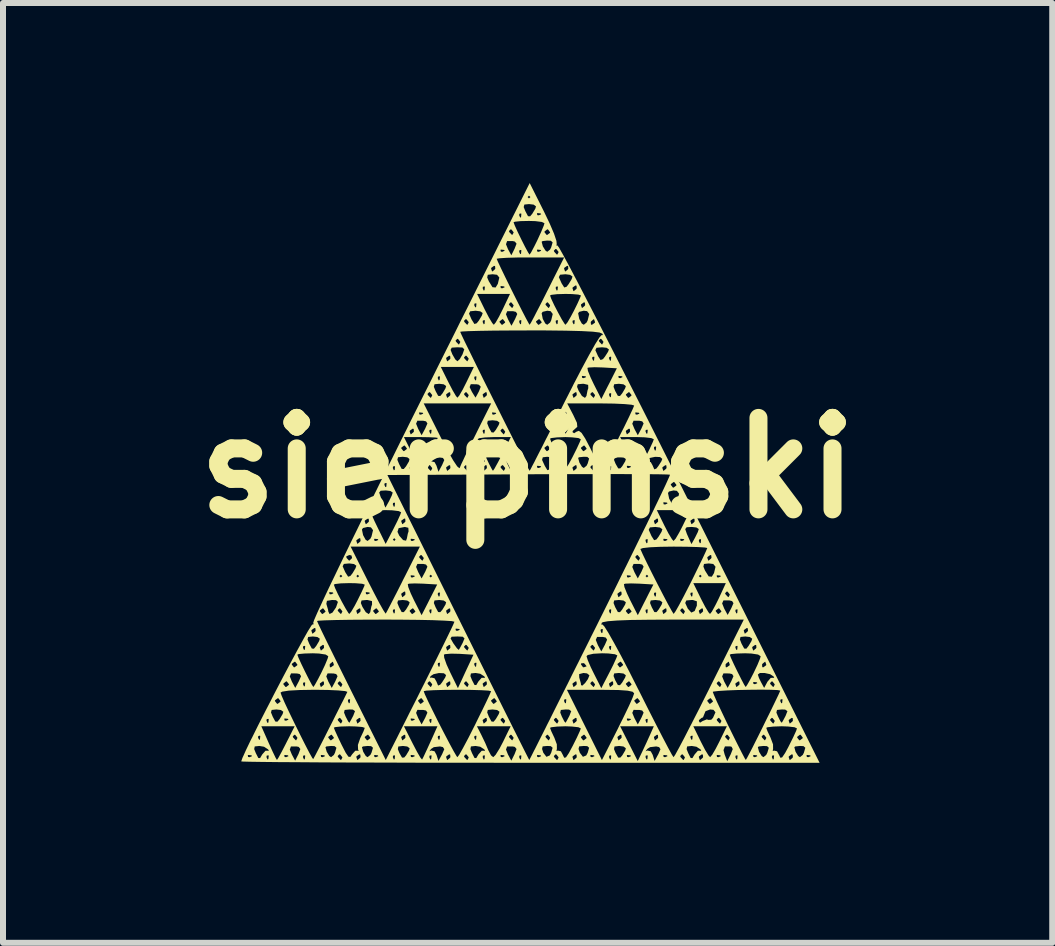
<source format=kicad_pcb>
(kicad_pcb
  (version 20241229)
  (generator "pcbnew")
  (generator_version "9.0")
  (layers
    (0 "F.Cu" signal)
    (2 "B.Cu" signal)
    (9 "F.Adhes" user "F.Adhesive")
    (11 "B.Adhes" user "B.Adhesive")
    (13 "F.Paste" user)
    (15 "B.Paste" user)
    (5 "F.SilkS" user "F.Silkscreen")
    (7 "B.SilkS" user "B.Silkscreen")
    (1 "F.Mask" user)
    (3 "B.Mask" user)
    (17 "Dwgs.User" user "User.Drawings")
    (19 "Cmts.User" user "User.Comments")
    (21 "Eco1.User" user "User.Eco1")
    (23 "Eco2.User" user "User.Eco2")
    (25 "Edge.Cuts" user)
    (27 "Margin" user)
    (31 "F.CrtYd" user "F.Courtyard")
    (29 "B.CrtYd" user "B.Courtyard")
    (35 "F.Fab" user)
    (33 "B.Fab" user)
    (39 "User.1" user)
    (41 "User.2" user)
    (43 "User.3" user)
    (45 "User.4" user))
  (footprint "sierpinski"
    (layer "F.Cu")
    (at 5.74 4.747)
    (property "Reference" "sierpinski" (at 0 0 0) (layer "F.SilkS") (effects (font (size 1.524 1.524) (thickness 0.3))))
    (attr board_only exclude_from_pos_files exclude_from_bom)
    (fp_poly (pts (xy 0.276 -4.266) (xy 0.369 -4.071) (xy 0.44 -3.905) (xy 0.48 -3.785) (xy 0.485 -3.733) (xy 0.481 -3.702) (xy 0.497 -3.708) (xy 0.524 -3.671) (xy 0.589 -3.556) (xy 0.691 -3.367) (xy 0.825 -3.112) (xy 0.99 -2.794) (xy 1.183 -2.42) (xy 1.4 -1.995) (xy 1.639 -1.525) (xy 1.898 -1.015) (xy 2.173 -0.47) (xy 2.461 0.104) (xy 2.703 0.588) (xy 4.865 4.912) (xy 0.047 4.912) (xy -0.616 4.911) (xy -1.252 4.911) (xy -1.854 4.91) (xy -2.418 4.908) (xy -2.936 4.907) (xy -3.402 4.905) (xy -3.81 4.902) (xy -4.155 4.9) (xy -4.429 4.897) (xy -4.627 4.894) (xy -4.742 4.891) (xy -4.771 4.888) (xy -4.751 4.83) (xy -4.731 4.787) (xy -4.662 4.787) (xy -4.656 4.815) (xy -4.631 4.818) (xy -4.592 4.801) (xy -4.6 4.787) (xy -4.655 4.781) (xy -4.662 4.787) (xy -4.731 4.787) (xy -4.694 4.704) (xy -4.684 4.683) (xy -4.555 4.683) (xy -4.528 4.75) (xy -4.486 4.832) (xy -4.457 4.833) (xy -4.448 4.818) (xy -4.35 4.818) (xy -4.333 4.857) (xy -4.319 4.849) (xy -4.313 4.794) (xy -4.319 4.787) (xy -4.347 4.793) (xy -4.35 4.818) (xy -4.448 4.818) (xy -4.421 4.772) (xy -4.367 4.711) (xy -4.329 4.711) (xy -4.311 4.714) (xy -4.322 4.689) (xy -4.391 4.644) (xy -4.469 4.631) (xy -4.546 4.639) (xy -4.555 4.683) (xy -4.684 4.683) (xy -4.608 4.525) (xy -4.59 4.491) (xy -4.491 4.491) (xy -4.473 4.529) (xy -4.459 4.522) (xy -4.454 4.466) (xy -4.459 4.459) (xy -4.487 4.466) (xy -4.491 4.491) (xy -4.59 4.491) (xy -4.498 4.305) (xy -4.497 4.303) (xy -4.436 4.303) (xy -4.312 4.584) (xy -4.247 4.727) (xy -4.198 4.828) (xy -4.176 4.865) (xy -4.151 4.827) (xy -4.129 4.787) (xy -4.054 4.787) (xy -4.048 4.815) (xy -4.023 4.818) (xy -3.984 4.801) (xy -3.992 4.787) (xy -4.047 4.781) (xy -4.054 4.787) (xy -4.129 4.787) (xy -4.096 4.726) (xy -4.078 4.691) (xy -3.962 4.691) (xy -3.928 4.773) (xy -3.873 4.876) (xy -3.844 4.818) (xy -3.742 4.818) (xy -3.725 4.857) (xy -3.711 4.849) (xy -3.705 4.794) (xy -3.711 4.787) (xy -3.739 4.793) (xy -3.742 4.818) (xy -3.844 4.818) (xy -3.817 4.765) (xy -3.786 4.682) (xy -3.813 4.647) (xy -3.849 4.639) (xy -3.943 4.639) (xy -3.962 4.691) (xy -4.078 4.691) (xy -4.023 4.585) (xy -4.023 4.584) (xy -3.966 4.472) (xy -3.913 4.472) (xy -3.906 4.491) (xy -3.864 4.535) (xy -3.856 4.537) (xy -3.836 4.501) (xy -3.836 4.491) (xy -3.872 4.446) (xy -3.885 4.444) (xy -3.913 4.472) (xy -3.966 4.472) (xy -3.881 4.303) (xy -4.436 4.303) (xy -4.497 4.303) (xy -4.45 4.21) (xy -4.35 4.21) (xy -4.333 4.248) (xy -4.319 4.241) (xy -4.313 4.186) (xy -4.319 4.179) (xy -4.347 4.185) (xy -4.35 4.21) (xy -4.45 4.21) (xy -4.38 4.073) (xy -4.275 4.073) (xy -4.246 4.144) (xy -4.203 4.224) (xy -4.168 4.227) (xy -4.13 4.182) (xy -4.129 4.179) (xy -4.054 4.179) (xy -4.048 4.207) (xy -4.023 4.21) (xy -3.984 4.193) (xy -3.992 4.179) (xy -4.047 4.173) (xy -4.054 4.179) (xy -4.129 4.179) (xy -4.081 4.099) (xy -4.07 4.061) (xy -4.11 4.032) (xy -4.186 4.023) (xy -4.264 4.031) (xy -4.275 4.073) (xy -4.38 4.073) (xy -4.372 4.057) (xy -4.282 3.883) (xy -4.21 3.883) (xy -4.174 3.928) (xy -4.163 3.929) (xy -4.118 3.894) (xy -4.116 3.883) (xy -4.152 3.837) (xy -4.163 3.836) (xy -4.209 3.871) (xy -4.21 3.883) (xy -4.282 3.883) (xy -4.237 3.794) (xy -4.21 3.742) (xy -4.116 3.742) (xy -4.097 3.796) (xy -4.047 3.911) (xy -3.973 4.068) (xy -3.886 4.248) (xy -3.795 4.433) (xy -3.709 4.604) (xy -3.637 4.743) (xy -3.588 4.83) (xy -3.572 4.85) (xy -3.548 4.807) (xy -3.537 4.787) (xy -3.446 4.787) (xy -3.439 4.815) (xy -3.415 4.818) (xy -3.376 4.801) (xy -3.384 4.787) (xy -3.439 4.781) (xy -3.446 4.787) (xy -3.537 4.787) (xy -3.49 4.696) (xy -3.467 4.651) (xy -3.368 4.651) (xy -3.347 4.727) (xy -3.304 4.798) (xy -3.274 4.818) (xy -3.252 4.8) (xy -3.165 4.8) (xy -3.157 4.818) (xy -3.115 4.863) (xy -3.108 4.865) (xy -3.088 4.829) (xy -3.087 4.818) (xy -2.853 4.818) (xy -2.837 4.864) (xy -2.833 4.865) (xy -2.793 4.832) (xy -2.783 4.818) (xy -2.787 4.775) (xy -2.804 4.771) (xy -2.852 4.805) (xy -2.853 4.818) (xy -3.087 4.818) (xy -3.123 4.773) (xy -3.137 4.771) (xy -3.165 4.8) (xy -3.252 4.8) (xy -3.228 4.781) (xy -3.209 4.744) (xy -3.185 4.661) (xy -3.215 4.634) (xy -3.274 4.631) (xy -3.351 4.639) (xy -3.368 4.651) (xy -3.467 4.651) (xy -3.407 4.534) (xy -3.385 4.491) (xy -3.321 4.491) (xy -3.286 4.536) (xy -3.274 4.537) (xy -3.229 4.502) (xy -3.228 4.491) (xy -3.263 4.445) (xy -3.274 4.444) (xy -3.32 4.479) (xy -3.321 4.491) (xy -3.385 4.491) (xy -3.307 4.336) (xy -3.302 4.326) (xy -3.228 4.326) (xy -3.209 4.376) (xy -3.159 4.485) (xy -3.101 4.607) (xy -3.03 4.745) (xy -2.985 4.81) (xy -2.953 4.814) (xy -2.923 4.77) (xy -2.87 4.71) (xy -2.832 4.711) (xy -2.813 4.714) (xy -2.824 4.691) (xy -2.826 4.651) (xy -2.76 4.651) (xy -2.739 4.727) (xy -2.696 4.798) (xy -2.666 4.818) (xy -2.628 4.787) (xy -2.557 4.787) (xy -2.551 4.815) (xy -2.526 4.818) (xy -2.487 4.801) (xy -2.495 4.787) (xy -2.55 4.781) (xy -2.557 4.787) (xy -2.628 4.787) (xy -2.62 4.781) (xy -2.601 4.744) (xy -2.576 4.661) (xy -2.607 4.634) (xy -2.666 4.631) (xy -2.742 4.639) (xy -2.76 4.651) (xy -2.826 4.651) (xy -2.827 4.613) (xy -2.789 4.503) (xy -2.785 4.494) (xy -2.783 4.491) (xy -2.713 4.491) (xy -2.677 4.536) (xy -2.666 4.537) (xy -2.621 4.502) (xy -2.62 4.491) (xy -2.655 4.445) (xy -2.666 4.444) (xy -2.712 4.479) (xy -2.713 4.491) (xy -2.783 4.491) (xy -2.736 4.392) (xy -2.713 4.331) (xy -2.713 4.329) (xy -2.755 4.315) (xy -2.865 4.306) (xy -2.97 4.303) (xy -3.111 4.307) (xy -3.205 4.317) (xy -3.228 4.326) (xy -3.302 4.326) (xy -3.29 4.303) (xy -3.234 4.192) (xy -3.165 4.192) (xy -3.157 4.21) (xy -3.115 4.255) (xy -3.108 4.257) (xy -3.088 4.221) (xy -3.087 4.21) (xy -3.123 4.165) (xy -3.137 4.163) (xy -3.165 4.192) (xy -3.234 4.192) (xy -3.187 4.098) (xy -3.175 4.075) (xy -3.058 4.075) (xy -3.032 4.14) (xy -2.99 4.221) (xy -2.969 4.245) (xy -2.949 4.21) (xy -2.853 4.21) (xy -2.837 4.256) (xy -2.833 4.257) (xy -2.793 4.224) (xy -2.783 4.21) (xy -2.787 4.167) (xy -2.804 4.163) (xy -2.852 4.197) (xy -2.853 4.21) (xy -2.949 4.21) (xy -2.943 4.2) (xy -2.905 4.128) (xy -2.875 4.051) (xy -2.911 4.025) (xy -2.968 4.023) (xy -3.048 4.031) (xy -3.058 4.075) (xy -3.175 4.075) (xy -3.099 3.923) (xy -3.078 3.883) (xy -2.994 3.883) (xy -2.977 3.921) (xy -2.963 3.914) (xy -2.957 3.858) (xy -2.963 3.851) (xy -2.99 3.858) (xy -2.994 3.883) (xy -3.078 3.883) (xy -3.035 3.796) (xy -3.004 3.733) (xy -3.002 3.73) (xy -3.04 3.717) (xy -3.153 3.706) (xy -3.325 3.698) (xy -3.539 3.695) (xy -3.551 3.695) (xy -3.795 3.699) (xy -3.978 3.709) (xy -4.088 3.726) (xy -4.116 3.742) (xy -4.21 3.742) (xy -4.137 3.602) (xy -4.07 3.602) (xy -4.034 3.647) (xy -4.023 3.649) (xy -3.977 3.613) (xy -3.976 3.602) (xy -4.012 3.556) (xy -4.023 3.555) (xy -4.068 3.591) (xy -4.07 3.602) (xy -4.137 3.602) (xy -4.099 3.529) (xy -4.069 3.472) (xy -3.962 3.472) (xy -3.927 3.559) (xy -3.871 3.664) (xy -3.837 3.602) (xy -3.742 3.602) (xy -3.725 3.64) (xy -3.711 3.633) (xy -3.705 3.578) (xy -3.711 3.571) (xy -3.739 3.577) (xy -3.742 3.602) (xy -3.837 3.602) (xy -3.81 3.551) (xy -3.774 3.468) (xy -3.797 3.433) (xy -3.843 3.423) (xy -3.941 3.422) (xy -3.962 3.472) (xy -4.069 3.472) (xy -3.964 3.274) (xy -3.929 3.274) (xy -3.894 3.32) (xy -3.883 3.321) (xy -3.837 3.286) (xy -3.836 3.274) (xy -3.871 3.229) (xy -3.883 3.228) (xy -3.928 3.263) (xy -3.929 3.274) (xy -3.964 3.274) (xy -3.964 3.274) (xy -3.876 3.11) (xy -3.836 3.11) (xy -3.817 3.161) (xy -3.77 3.264) (xy -3.708 3.392) (xy -3.645 3.517) (xy -3.594 3.612) (xy -3.569 3.649) (xy -3.543 3.611) (xy -3.538 3.602) (xy -3.462 3.602) (xy -3.446 3.647) (xy -3.441 3.649) (xy -3.401 3.616) (xy -3.391 3.602) (xy -3.395 3.559) (xy -3.412 3.555) (xy -3.46 3.589) (xy -3.462 3.602) (xy -3.538 3.602) (xy -3.489 3.513) (xy -3.468 3.472) (xy -3.354 3.472) (xy -3.319 3.559) (xy -3.263 3.664) (xy -3.219 3.584) (xy -3.165 3.584) (xy -3.157 3.602) (xy -3.115 3.646) (xy -3.108 3.649) (xy -3.088 3.612) (xy -3.087 3.602) (xy -3.123 3.557) (xy -3.137 3.555) (xy -3.165 3.584) (xy -3.219 3.584) (xy -3.202 3.551) (xy -3.166 3.468) (xy -3.189 3.433) (xy -3.235 3.423) (xy -3.332 3.422) (xy -3.354 3.472) (xy -3.468 3.472) (xy -3.439 3.416) (xy -3.374 3.279) (xy -3.372 3.274) (xy -3.298 3.274) (xy -3.294 3.318) (xy -3.277 3.321) (xy -3.23 3.287) (xy -3.228 3.274) (xy -3.244 3.229) (xy -3.248 3.228) (xy -3.288 3.26) (xy -3.298 3.274) (xy -3.372 3.274) (xy -3.331 3.174) (xy -3.321 3.136) (xy -3.364 3.108) (xy -3.476 3.091) (xy -3.578 3.087) (xy -3.719 3.091) (xy -3.813 3.1) (xy -3.836 3.11) (xy -3.876 3.11) (xy -3.84 3.043) (xy -3.813 2.994) (xy -3.742 2.994) (xy -3.725 3.032) (xy -3.711 3.025) (xy -3.705 2.969) (xy -3.711 2.963) (xy -3.739 2.969) (xy -3.742 2.994) (xy -3.813 2.994) (xy -3.738 2.857) (xy -3.667 2.857) (xy -3.638 2.928) (xy -3.595 3.008) (xy -3.56 3.011) (xy -3.546 2.994) (xy -3.462 2.994) (xy -3.446 3.039) (xy -3.441 3.041) (xy -3.401 3.008) (xy -3.391 2.994) (xy -3.395 2.951) (xy -3.412 2.947) (xy -3.46 2.981) (xy -3.462 2.994) (xy -3.546 2.994) (xy -3.522 2.965) (xy -3.473 2.883) (xy -3.462 2.844) (xy -3.502 2.816) (xy -3.577 2.807) (xy -3.656 2.815) (xy -3.667 2.857) (xy -3.738 2.857) (xy -3.734 2.849) (xy -3.657 2.713) (xy -3.602 2.713) (xy -3.586 2.759) (xy -3.581 2.76) (xy -3.541 2.727) (xy -3.532 2.713) (xy -3.535 2.67) (xy -3.552 2.666) (xy -3.6 2.7) (xy -3.602 2.713) (xy -3.657 2.713) (xy -3.651 2.704) (xy -3.599 2.621) (xy -3.585 2.607) (xy -3.563 2.603) (xy -3.572 2.582) (xy -3.562 2.549) (xy -3.508 2.549) (xy -3.488 2.595) (xy -3.432 2.714) (xy -3.344 2.895) (xy -3.23 3.126) (xy -3.096 3.397) (xy -2.947 3.697) (xy -2.936 3.719) (xy -2.363 4.865) (xy -2.339 4.818) (xy -2.245 4.818) (xy -2.228 4.857) (xy -2.214 4.849) (xy -2.209 4.794) (xy -2.214 4.787) (xy -2.242 4.793) (xy -2.245 4.818) (xy -2.339 4.818) (xy -2.272 4.684) (xy -2.162 4.684) (xy -2.136 4.748) (xy -2.092 4.825) (xy -2.056 4.824) (xy -2.024 4.787) (xy -1.949 4.787) (xy -1.943 4.815) (xy -1.918 4.818) (xy -1.879 4.801) (xy -1.887 4.787) (xy -1.942 4.781) (xy -1.949 4.787) (xy -2.024 4.787) (xy -2.023 4.785) (xy -1.975 4.705) (xy -1.965 4.669) (xy -2.005 4.64) (xy -2.077 4.631) (xy -2.154 4.64) (xy -2.162 4.684) (xy -2.272 4.684) (xy -2.174 4.491) (xy -2.105 4.491) (xy -2.089 4.536) (xy -2.084 4.537) (xy -2.044 4.505) (xy -2.035 4.491) (xy -2.039 4.448) (xy -2.055 4.444) (xy -2.103 4.478) (xy -2.105 4.491) (xy -2.174 4.491) (xy -2.08 4.303) (xy -2.06 4.303) (xy -1.915 4.589) (xy -1.842 4.729) (xy -1.786 4.825) (xy -1.758 4.858) (xy -1.758 4.858) (xy -1.737 4.818) (xy -1.637 4.818) (xy -1.62 4.857) (xy -1.606 4.849) (xy -1.6 4.794) (xy -1.606 4.787) (xy -1.634 4.793) (xy -1.637 4.818) (xy -1.737 4.818) (xy -1.733 4.81) (xy -1.691 4.72) (xy -1.637 4.72) (xy -1.605 4.707) (xy -1.55 4.72) (xy -1.518 4.779) (xy -1.485 4.881) (xy -1.451 4.818) (xy -1.357 4.818) (xy -1.341 4.864) (xy -1.336 4.865) (xy -1.296 4.832) (xy -1.286 4.818) (xy -1.29 4.775) (xy -1.307 4.771) (xy -1.355 4.805) (xy -1.357 4.818) (xy -1.451 4.818) (xy -1.424 4.768) (xy -1.388 4.685) (xy -1.411 4.65) (xy -1.459 4.639) (xy -1.562 4.651) (xy -1.608 4.681) (xy -1.637 4.72) (xy -1.691 4.72) (xy -1.682 4.701) (xy -1.623 4.572) (xy -1.586 4.491) (xy -1.497 4.491) (xy -1.48 4.529) (xy -1.466 4.522) (xy -1.46 4.466) (xy -1.466 4.459) (xy -1.493 4.466) (xy -1.497 4.491) (xy -1.586 4.491) (xy -1.502 4.303) (xy -2.06 4.303) (xy -2.08 4.303) (xy -2.017 4.179) (xy -1.949 4.179) (xy -1.943 4.207) (xy -1.918 4.21) (xy -1.879 4.193) (xy -1.887 4.179) (xy -1.942 4.173) (xy -1.949 4.179) (xy -2.017 4.179) (xy -1.968 4.08) (xy -1.858 4.08) (xy -1.822 4.167) (xy -1.766 4.272) (xy -1.732 4.21) (xy -1.637 4.21) (xy -1.62 4.248) (xy -1.606 4.241) (xy -1.6 4.186) (xy -1.606 4.179) (xy -1.634 4.185) (xy -1.637 4.21) (xy -1.732 4.21) (xy -1.705 4.159) (xy -1.669 4.076) (xy -1.692 4.041) (xy -1.738 4.031) (xy -1.836 4.03) (xy -1.858 4.08) (xy -1.968 4.08) (xy -1.868 3.883) (xy -1.824 3.883) (xy -1.789 3.928) (xy -1.778 3.929) (xy -1.732 3.894) (xy -1.731 3.883) (xy -1.766 3.837) (xy -1.778 3.836) (xy -1.823 3.871) (xy -1.824 3.883) (xy -1.868 3.883) (xy -1.792 3.731) (xy -1.786 3.718) (xy -1.731 3.718) (xy -1.711 3.772) (xy -1.658 3.886) (xy -1.581 4.043) (xy -1.491 4.224) (xy -1.396 4.409) (xy -1.307 4.579) (xy -1.233 4.716) (xy -1.184 4.8) (xy -1.169 4.818) (xy -1.156 4.8) (xy -1.06 4.8) (xy -1.052 4.818) (xy -1.01 4.863) (xy -1.003 4.865) (xy -0.983 4.829) (xy -0.982 4.818) (xy -1.018 4.773) (xy -1.032 4.771) (xy -1.06 4.8) (xy -1.156 4.8) (xy -1.14 4.779) (xy -1.086 4.683) (xy -0.953 4.683) (xy -0.926 4.75) (xy -0.884 4.832) (xy -0.855 4.833) (xy -0.846 4.818) (xy -0.748 4.818) (xy -0.731 4.857) (xy -0.717 4.849) (xy -0.712 4.794) (xy -0.717 4.787) (xy -0.745 4.793) (xy -0.748 4.818) (xy -0.846 4.818) (xy -0.819 4.772) (xy -0.765 4.711) (xy -0.727 4.711) (xy -0.709 4.714) (xy -0.72 4.689) (xy -0.789 4.644) (xy -0.867 4.631) (xy -0.944 4.639) (xy -0.953 4.683) (xy -1.086 4.683) (xy -1.079 4.671) (xy -0.993 4.51) (xy -0.983 4.491) (xy -0.889 4.491) (xy -0.872 4.529) (xy -0.858 4.522) (xy -0.852 4.466) (xy -0.858 4.459) (xy -0.885 4.466) (xy -0.889 4.491) (xy -0.983 4.491) (xy -0.893 4.313) (xy -0.888 4.303) (xy -0.844 4.303) (xy -0.772 4.444) (xy -0.706 4.581) (xy -0.655 4.701) (xy -0.609 4.788) (xy -0.572 4.818) (xy -0.541 4.787) (xy -0.452 4.787) (xy -0.446 4.815) (xy -0.421 4.818) (xy -0.382 4.801) (xy -0.39 4.787) (xy -0.445 4.781) (xy -0.452 4.787) (xy -0.541 4.787) (xy -0.533 4.779) (xy -0.478 4.691) (xy -0.36 4.691) (xy -0.327 4.773) (xy -0.271 4.876) (xy -0.242 4.818) (xy -0.14 4.818) (xy -0.123 4.857) (xy -0.109 4.849) (xy -0.104 4.794) (xy -0.109 4.787) (xy -0.137 4.793) (xy -0.14 4.818) (xy -0.242 4.818) (xy -0.216 4.765) (xy -0.184 4.682) (xy -0.212 4.647) (xy -0.248 4.639) (xy -0.341 4.639) (xy -0.36 4.691) (xy -0.478 4.691) (xy -0.47 4.679) (xy -0.408 4.561) (xy -0.365 4.472) (xy -0.311 4.472) (xy -0.304 4.491) (xy -0.262 4.535) (xy -0.255 4.537) (xy -0.234 4.501) (xy -0.234 4.491) (xy -0.27 4.446) (xy -0.283 4.444) (xy -0.311 4.472) (xy -0.365 4.472) (xy -0.282 4.303) (xy -0.844 4.303) (xy -0.888 4.303) (xy -0.876 4.28) (xy -0.842 4.21) (xy -0.748 4.21) (xy -0.732 4.256) (xy -0.728 4.257) (xy -0.688 4.224) (xy -0.678 4.21) (xy -0.682 4.167) (xy -0.699 4.163) (xy -0.747 4.197) (xy -0.748 4.21) (xy -0.842 4.21) (xy -0.776 4.076) (xy -0.774 4.073) (xy -0.673 4.073) (xy -0.645 4.144) (xy -0.601 4.224) (xy -0.566 4.227) (xy -0.537 4.192) (xy -0.452 4.192) (xy -0.444 4.21) (xy -0.402 4.255) (xy -0.395 4.257) (xy -0.375 4.221) (xy -0.374 4.21) (xy -0.41 4.165) (xy -0.424 4.163) (xy -0.452 4.192) (xy -0.537 4.192) (xy -0.529 4.182) (xy -0.48 4.099) (xy -0.468 4.061) (xy -0.508 4.032) (xy -0.584 4.023) (xy -0.663 4.031) (xy -0.673 4.073) (xy -0.774 4.073) (xy -0.692 3.904) (xy -0.682 3.883) (xy -0.608 3.883) (xy -0.573 3.928) (xy -0.561 3.929) (xy -0.516 3.894) (xy -0.515 3.883) (xy -0.55 3.837) (xy -0.561 3.836) (xy -0.607 3.871) (xy -0.608 3.883) (xy -0.682 3.883) (xy -0.634 3.78) (xy -0.609 3.721) (xy -0.608 3.718) (xy -0.652 3.709) (xy -0.771 3.702) (xy -0.948 3.697) (xy -1.164 3.695) (xy -1.169 3.695) (xy -1.386 3.697) (xy -1.564 3.702) (xy -1.685 3.709) (xy -1.731 3.718) (xy -1.731 3.718) (xy -1.786 3.718) (xy -1.718 3.584) (xy -1.668 3.584) (xy -1.661 3.602) (xy -1.619 3.646) (xy -1.611 3.649) (xy -1.591 3.612) (xy -1.59 3.602) (xy -1.626 3.557) (xy -1.64 3.555) (xy -1.668 3.584) (xy -1.718 3.584) (xy -1.677 3.501) (xy -1.624 3.501) (xy -1.601 3.491) (xy -1.55 3.504) (xy -1.519 3.558) (xy -1.491 3.625) (xy -1.456 3.61) (xy -1.449 3.602) (xy -1.357 3.602) (xy -1.341 3.647) (xy -1.336 3.649) (xy -1.296 3.616) (xy -1.286 3.602) (xy -1.29 3.559) (xy -1.307 3.555) (xy -1.355 3.589) (xy -1.357 3.602) (xy -1.449 3.602) (xy -1.424 3.57) (xy -1.372 3.489) (xy -1.358 3.45) (xy -1.394 3.42) (xy -1.477 3.416) (xy -1.566 3.435) (xy -1.618 3.469) (xy -1.624 3.501) (xy -1.677 3.501) (xy -1.642 3.431) (xy -1.564 3.274) (xy -1.497 3.274) (xy -1.48 3.313) (xy -1.466 3.306) (xy -1.46 3.25) (xy -1.466 3.243) (xy -1.493 3.25) (xy -1.497 3.274) (xy -1.564 3.274) (xy -1.506 3.158) (xy -1.482 3.109) (xy -1.394 3.109) (xy -1.389 3.162) (xy -1.35 3.273) (xy -1.291 3.402) (xy -1.161 3.668) (xy -1.122 3.584) (xy -1.06 3.584) (xy -1.052 3.602) (xy -1.01 3.646) (xy -1.003 3.649) (xy -0.983 3.612) (xy -0.982 3.602) (xy -1.018 3.557) (xy -1.032 3.555) (xy -1.06 3.584) (xy -1.122 3.584) (xy -1.068 3.467) (xy -0.953 3.467) (xy -0.926 3.534) (xy -0.884 3.615) (xy -0.855 3.617) (xy -0.846 3.602) (xy -0.748 3.602) (xy -0.732 3.647) (xy -0.728 3.649) (xy -0.688 3.616) (xy -0.678 3.602) (xy -0.682 3.559) (xy -0.699 3.555) (xy -0.747 3.589) (xy -0.748 3.602) (xy -0.846 3.602) (xy -0.819 3.556) (xy -0.765 3.495) (xy -0.727 3.495) (xy -0.709 3.498) (xy -0.72 3.473) (xy -0.789 3.428) (xy -0.867 3.415) (xy -0.944 3.423) (xy -0.953 3.467) (xy -1.068 3.467) (xy -1.032 3.389) (xy -0.978 3.274) (xy -0.889 3.274) (xy -0.872 3.313) (xy -0.858 3.306) (xy -0.852 3.25) (xy -0.858 3.243) (xy -0.885 3.25) (xy -0.889 3.274) (xy -0.978 3.274) (xy -0.902 3.111) (xy -1.135 3.096) (xy -1.274 3.093) (xy -1.371 3.101) (xy -1.394 3.109) (xy -1.482 3.109) (xy -1.425 2.994) (xy -1.357 2.994) (xy -1.341 3.039) (xy -1.336 3.041) (xy -1.296 3.008) (xy -1.286 2.994) (xy -1.29 2.951) (xy -1.307 2.947) (xy -1.355 2.981) (xy -1.357 2.994) (xy -1.425 2.994) (xy -1.39 2.923) (xy -1.35 2.841) (xy -1.283 2.841) (xy -1.236 2.923) (xy -1.234 2.925) (xy -1.177 3.004) (xy -1.146 3.031) (xy -1.146 3.03) (xy -1.119 2.984) (xy -1.115 2.976) (xy -1.06 2.976) (xy -1.052 2.994) (xy -1.01 3.038) (xy -1.003 3.041) (xy -0.983 3.004) (xy -0.982 2.994) (xy -1.018 2.949) (xy -1.032 2.947) (xy -1.06 2.976) (xy -1.115 2.976) (xy -1.081 2.912) (xy -1.051 2.839) (xy -1.081 2.811) (xy -1.169 2.807) (xy -1.266 2.811) (xy -1.283 2.841) (xy -1.35 2.841) (xy -1.3 2.738) (xy -1.273 2.682) (xy -1.201 2.682) (xy -1.194 2.71) (xy -1.169 2.713) (xy -1.131 2.696) (xy -1.138 2.682) (xy -1.194 2.676) (xy -1.201 2.682) (xy -1.273 2.682) (xy -1.241 2.614) (xy -1.219 2.561) (xy -1.219 2.561) (xy -1.263 2.551) (xy -1.388 2.543) (xy -1.581 2.535) (xy -1.83 2.53) (xy -2.122 2.527) (xy -2.362 2.526) (xy -2.679 2.527) (xy -2.961 2.529) (xy -3.198 2.533) (xy -3.376 2.538) (xy -3.483 2.544) (xy -3.508 2.549) (xy -3.562 2.549) (xy -3.557 2.534) (xy -3.502 2.408) (xy -3.492 2.386) (xy -3.462 2.386) (xy -3.426 2.431) (xy -3.415 2.432) (xy -3.369 2.397) (xy -3.368 2.386) (xy -3.404 2.34) (xy -3.415 2.339) (xy -3.46 2.374) (xy -3.462 2.386) (xy -3.492 2.386) (xy -3.435 2.263) (xy -3.353 2.263) (xy -3.35 2.273) (xy -3.324 2.362) (xy -3.321 2.389) (xy -3.3 2.433) (xy -3.251 2.409) (xy -3.223 2.368) (xy -3.165 2.368) (xy -3.157 2.386) (xy -3.115 2.43) (xy -3.108 2.432) (xy -3.088 2.396) (xy -3.087 2.386) (xy -3.123 2.341) (xy -3.137 2.339) (xy -3.165 2.368) (xy -3.223 2.368) (xy -3.196 2.329) (xy -3.189 2.315) (xy -3.16 2.231) (xy -3.191 2.202) (xy -3.257 2.199) (xy -3.343 2.213) (xy -3.353 2.263) (xy -3.435 2.263) (xy -3.411 2.21) (xy -3.347 2.074) (xy -3.306 2.074) (xy -3.299 2.102) (xy -3.274 2.105) (xy -3.236 2.088) (xy -3.243 2.074) (xy -3.299 2.068) (xy -3.306 2.074) (xy -3.347 2.074) (xy -3.287 1.948) (xy -3.285 1.943) (xy -3.228 1.943) (xy -3.208 1.999) (xy -3.159 2.104) (xy -3.095 2.227) (xy -3.032 2.341) (xy -2.985 2.417) (xy -2.97 2.432) (xy -2.939 2.394) (xy -2.934 2.386) (xy -2.853 2.386) (xy -2.837 2.431) (xy -2.833 2.432) (xy -2.793 2.4) (xy -2.783 2.386) (xy -2.787 2.343) (xy -2.804 2.339) (xy -2.852 2.373) (xy -2.853 2.386) (xy -2.934 2.386) (xy -2.881 2.296) (xy -2.857 2.25) (xy -2.778 2.25) (xy -2.751 2.315) (xy -2.696 2.402) (xy -2.646 2.434) (xy -2.62 2.399) (xy -2.62 2.389) (xy -2.619 2.386) (xy -2.573 2.386) (xy -2.537 2.431) (xy -2.526 2.432) (xy -2.481 2.397) (xy -2.479 2.386) (xy -2.515 2.34) (xy -2.526 2.339) (xy -2.571 2.374) (xy -2.573 2.386) (xy -2.619 2.386) (xy -2.604 2.311) (xy -2.591 2.273) (xy -2.593 2.217) (xy -2.668 2.199) (xy -2.684 2.199) (xy -2.767 2.207) (xy -2.778 2.25) (xy -2.857 2.25) (xy -2.831 2.2) (xy -2.769 2.074) (xy -2.697 2.074) (xy -2.691 2.102) (xy -2.666 2.105) (xy -2.628 2.088) (xy -2.635 2.074) (xy -2.691 2.068) (xy -2.697 2.074) (xy -2.769 2.074) (xy -2.766 2.068) (xy -2.723 1.973) (xy -2.713 1.943) (xy -2.755 1.929) (xy -2.865 1.92) (xy -2.97 1.918) (xy -3.111 1.922) (xy -3.205 1.933) (xy -3.228 1.943) (xy -3.285 1.943) (xy -3.216 1.801) (xy -3.134 1.801) (xy -3.111 1.824) (xy -3.087 1.801) (xy -3.111 1.778) (xy -3.134 1.801) (xy -3.216 1.801) (xy -3.138 1.638) (xy -3.081 1.638) (xy -3.04 1.731) (xy -3.034 1.742) (xy -2.99 1.811) (xy -2.958 1.801) (xy -2.853 1.801) (xy -2.83 1.824) (xy -2.807 1.801) (xy -2.83 1.778) (xy -2.853 1.801) (xy -2.958 1.801) (xy -2.953 1.799) (xy -2.917 1.754) (xy -2.867 1.67) (xy -2.853 1.628) (xy -2.893 1.6) (xy -2.97 1.59) (xy -3.061 1.598) (xy -3.081 1.638) (xy -3.138 1.638) (xy -3.132 1.626) (xy -3.058 1.472) (xy -3.021 1.472) (xy -3.017 1.497) (xy -2.977 1.541) (xy -2.97 1.544) (xy -2.933 1.511) (xy -2.924 1.497) (xy -2.935 1.457) (xy -2.97 1.45) (xy -3.021 1.472) (xy -3.058 1.472) (xy -2.979 1.31) (xy -2.948 1.31) (xy -2.664 1.876) (xy -2.559 2.081) (xy -2.47 2.251) (xy -2.403 2.37) (xy -2.367 2.424) (xy -2.364 2.426) (xy -2.341 2.386) (xy -2.245 2.386) (xy -2.228 2.424) (xy -2.214 2.417) (xy -2.209 2.361) (xy -2.214 2.354) (xy -2.242 2.361) (xy -2.245 2.386) (xy -2.341 2.386) (xy -2.338 2.38) (xy -2.279 2.267) (xy -2.27 2.249) (xy -2.17 2.249) (xy -2.141 2.32) (xy -2.098 2.4) (xy -2.063 2.402) (xy -2.049 2.386) (xy -1.965 2.386) (xy -1.929 2.431) (xy -1.918 2.432) (xy -1.872 2.397) (xy -1.871 2.386) (xy -1.907 2.34) (xy -1.918 2.339) (xy -1.963 2.374) (xy -1.965 2.386) (xy -2.049 2.386) (xy -2.025 2.357) (xy -1.976 2.275) (xy -1.965 2.236) (xy -2.005 2.208) (xy -2.081 2.199) (xy -2.159 2.207) (xy -2.17 2.249) (xy -2.27 2.249) (xy -2.196 2.105) (xy -2.105 2.105) (xy -2.089 2.151) (xy -2.084 2.152) (xy -2.044 2.119) (xy -2.035 2.105) (xy -2.039 2.062) (xy -2.055 2.058) (xy -2.103 2.092) (xy -2.105 2.105) (xy -2.196 2.105) (xy -2.194 2.102) (xy -2.109 1.934) (xy -1.996 1.934) (xy -1.988 1.983) (xy -1.946 2.09) (xy -1.892 2.204) (xy -1.766 2.452) (xy -1.732 2.386) (xy -1.637 2.386) (xy -1.62 2.424) (xy -1.606 2.417) (xy -1.6 2.361) (xy -1.606 2.354) (xy -1.634 2.361) (xy -1.637 2.386) (xy -1.732 2.386) (xy -1.662 2.249) (xy -1.562 2.249) (xy -1.533 2.32) (xy -1.49 2.4) (xy -1.455 2.402) (xy -1.441 2.386) (xy -1.357 2.386) (xy -1.341 2.431) (xy -1.336 2.432) (xy -1.296 2.4) (xy -1.286 2.386) (xy -1.29 2.343) (xy -1.307 2.339) (xy -1.355 2.373) (xy -1.357 2.386) (xy -1.441 2.386) (xy -1.417 2.357) (xy -1.368 2.275) (xy -1.357 2.236) (xy -1.397 2.208) (xy -1.472 2.199) (xy -1.551 2.207) (xy -1.562 2.249) (xy -1.662 2.249) (xy -1.636 2.197) (xy -1.589 2.105) (xy -1.497 2.105) (xy -1.48 2.143) (xy -1.466 2.136) (xy -1.46 2.081) (xy -1.466 2.074) (xy -1.493 2.08) (xy -1.497 2.105) (xy -1.589 2.105) (xy -1.506 1.941) (xy -1.741 1.927) (xy -1.879 1.923) (xy -1.974 1.927) (xy -1.996 1.934) (xy -2.109 1.934) (xy -2.093 1.902) (xy -2.072 1.859) (xy -2.038 1.793) (xy -1.949 1.793) (xy -1.943 1.821) (xy -1.918 1.824) (xy -1.879 1.807) (xy -1.887 1.793) (xy -1.942 1.788) (xy -1.949 1.793) (xy -2.038 1.793) (xy -1.965 1.648) (xy -1.858 1.648) (xy -1.822 1.735) (xy -1.766 1.84) (xy -1.745 1.801) (xy -1.637 1.801) (xy -1.614 1.824) (xy -1.59 1.801) (xy -1.614 1.778) (xy -1.637 1.801) (xy -1.745 1.801) (xy -1.705 1.727) (xy -1.669 1.644) (xy -1.692 1.609) (xy -1.738 1.598) (xy -1.836 1.598) (xy -1.858 1.648) (xy -1.965 1.648) (xy -1.88 1.479) (xy -1.808 1.479) (xy -1.801 1.497) (xy -1.759 1.541) (xy -1.751 1.544) (xy -1.731 1.507) (xy -1.731 1.497) (xy -1.767 1.452) (xy -1.78 1.45) (xy -1.808 1.479) (xy -1.88 1.479) (xy -1.795 1.31) (xy -2.948 1.31) (xy -2.979 1.31) (xy -2.951 1.251) (xy -2.934 1.216) (xy -2.853 1.216) (xy -2.837 1.262) (xy -2.833 1.263) (xy -2.793 1.23) (xy -2.783 1.216) (xy -2.787 1.173) (xy -2.804 1.169) (xy -2.852 1.203) (xy -2.853 1.216) (xy -2.934 1.216) (xy -2.84 1.025) (xy -2.76 1.025) (xy -2.741 1.118) (xy -2.699 1.195) (xy -2.666 1.216) (xy -2.628 1.185) (xy -2.557 1.185) (xy -2.551 1.213) (xy -2.526 1.216) (xy -2.487 1.199) (xy -2.495 1.185) (xy -2.55 1.179) (xy -2.557 1.185) (xy -2.628 1.185) (xy -2.62 1.179) (xy -2.601 1.142) (xy -2.575 1.036) (xy -2.61 0.989) (xy -2.666 0.982) (xy -2.742 1) (xy -2.76 1.025) (xy -2.84 1.025) (xy -2.774 0.889) (xy -2.713 0.889) (xy -2.697 0.934) (xy -2.692 0.936) (xy -2.653 0.903) (xy -2.643 0.889) (xy -2.647 0.846) (xy -2.664 0.842) (xy -2.711 0.876) (xy -2.713 0.889) (xy -2.774 0.889) (xy -2.745 0.829) (xy -2.693 0.724) (xy -2.62 0.724) (xy -2.6 0.775) (xy -2.551 0.884) (xy -2.492 1.006) (xy -2.365 1.265) (xy -2.327 1.193) (xy -2.245 1.193) (xy -2.222 1.216) (xy -2.199 1.193) (xy -2.222 1.169) (xy -2.245 1.193) (xy -2.327 1.193) (xy -2.26 1.063) (xy -2.168 1.063) (xy -2.138 1.128) (xy -2.074 1.201) (xy -2.025 1.211) (xy -2.016 1.185) (xy -1.949 1.185) (xy -1.943 1.213) (xy -1.918 1.216) (xy -1.879 1.199) (xy -1.887 1.185) (xy -1.942 1.179) (xy -1.949 1.185) (xy -2.016 1.185) (xy -2.011 1.173) (xy -1.996 1.095) (xy -1.983 1.056) (xy -1.987 0.996) (xy -2.045 0.982) (xy -2.148 1.002) (xy -2.168 1.063) (xy -2.26 1.063) (xy -2.237 1.019) (xy -2.172 0.889) (xy -2.105 0.889) (xy -2.089 0.934) (xy -2.084 0.936) (xy -2.044 0.903) (xy -2.035 0.889) (xy -2.039 0.846) (xy -2.055 0.842) (xy -2.103 0.876) (xy -2.105 0.889) (xy -2.172 0.889) (xy -2.168 0.881) (xy -2.121 0.777) (xy -2.107 0.737) (xy -2.148 0.718) (xy -2.256 0.705) (xy -2.362 0.702) (xy -2.503 0.705) (xy -2.597 0.715) (xy -2.62 0.724) (xy -2.693 0.724) (xy -2.652 0.642) (xy -2.615 0.642) (xy -2.568 0.632) (xy -2.559 0.628) (xy -2.502 0.591) (xy -2.501 0.57) (xy -2.551 0.576) (xy -2.585 0.602) (xy -2.615 0.642) (xy -2.652 0.642) (xy -2.538 0.409) (xy -2.473 0.409) (xy -2.445 0.491) (xy -2.424 0.538) (xy -2.368 0.66) (xy -2.339 0.608) (xy -2.245 0.608) (xy -2.228 0.647) (xy -2.214 0.639) (xy -2.209 0.584) (xy -2.214 0.577) (xy -2.242 0.583) (xy -2.245 0.608) (xy -2.339 0.608) (xy -2.308 0.552) (xy -2.263 0.459) (xy -2.247 0.409) (xy -2.286 0.383) (xy -2.362 0.374) (xy -2.448 0.379) (xy -2.473 0.409) (xy -2.538 0.409) (xy -2.517 0.367) (xy -2.475 0.281) (xy -2.386 0.281) (xy -2.369 0.319) (xy -2.354 0.312) (xy -2.349 0.256) (xy -2.354 0.249) (xy -2.382 0.256) (xy -2.386 0.281) (xy -2.475 0.281) (xy -2.394 0.117) (xy -2.336 0.117) (xy -1.158 2.491) (xy -0.941 2.928) (xy -0.736 3.34) (xy -0.548 3.717) (xy -0.38 4.054) (xy -0.236 4.342) (xy -0.119 4.575) (xy -0.034 4.744) (xy 0.016 4.842) (xy 0.028 4.865) (xy 0.05 4.824) (xy 0.069 4.787) (xy 0.156 4.787) (xy 0.162 4.815) (xy 0.187 4.818) (xy 0.226 4.801) (xy 0.218 4.787) (xy 0.163 4.781) (xy 0.156 4.787) (xy 0.069 4.787) (xy 0.109 4.707) (xy 0.123 4.681) (xy 0.241 4.681) (xy 0.262 4.744) (xy 0.314 4.812) (xy 0.343 4.8) (xy 0.437 4.8) (xy 0.444 4.818) (xy 0.486 4.863) (xy 0.494 4.865) (xy 0.514 4.829) (xy 0.515 4.818) (xy 0.479 4.773) (xy 0.465 4.771) (xy 0.437 4.8) (xy 0.343 4.8) (xy 0.369 4.789) (xy 0.393 4.744) (xy 0.417 4.661) (xy 0.387 4.634) (xy 0.327 4.631) (xy 0.251 4.638) (xy 0.241 4.681) (xy 0.123 4.681) (xy 0.203 4.521) (xy 0.228 4.472) (xy 0.297 4.472) (xy 0.304 4.491) (xy 0.346 4.535) (xy 0.354 4.537) (xy 0.374 4.501) (xy 0.374 4.491) (xy 0.338 4.446) (xy 0.325 4.444) (xy 0.297 4.472) (xy 0.228 4.472) (xy 0.3 4.329) (xy 0.374 4.329) (xy 0.394 4.384) (xy 0.441 4.484) (xy 0.446 4.494) (xy 0.487 4.604) (xy 0.488 4.683) (xy 0.486 4.686) (xy 0.482 4.717) (xy 0.504 4.708) (xy 0.555 4.72) (xy 0.587 4.78) (xy 0.61 4.828) (xy 0.64 4.821) (xy 0.642 4.818) (xy 0.748 4.818) (xy 0.764 4.864) (xy 0.769 4.865) (xy 0.809 4.832) (xy 0.819 4.818) (xy 0.815 4.775) (xy 0.798 4.771) (xy 0.75 4.805) (xy 0.748 4.818) (xy 0.642 4.818) (xy 0.688 4.749) (xy 0.724 4.681) (xy 0.849 4.681) (xy 0.87 4.744) (xy 0.922 4.812) (xy 0.977 4.789) (xy 0.978 4.787) (xy 1.045 4.787) (xy 1.051 4.815) (xy 1.076 4.818) (xy 1.114 4.801) (xy 1.107 4.787) (xy 1.052 4.781) (xy 1.045 4.787) (xy 0.978 4.787) (xy 1.001 4.744) (xy 1.025 4.661) (xy 0.995 4.634) (xy 0.936 4.631) (xy 0.859 4.638) (xy 0.849 4.681) (xy 0.724 4.681) (xy 0.752 4.629) (xy 0.821 4.491) (xy 0.889 4.491) (xy 0.924 4.536) (xy 0.936 4.537) (xy 0.981 4.502) (xy 0.982 4.491) (xy 0.947 4.445) (xy 0.936 4.444) (xy 0.89 4.479) (xy 0.889 4.491) (xy 0.821 4.491) (xy 0.822 4.489) (xy 0.871 4.382) (xy 0.887 4.339) (xy 0.846 4.319) (xy 0.737 4.307) (xy 0.631 4.303) (xy 0.491 4.308) (xy 0.397 4.319) (xy 0.374 4.329) (xy 0.3 4.329) (xy 0.327 4.274) (xy 0.369 4.192) (xy 0.437 4.192) (xy 0.444 4.21) (xy 0.486 4.255) (xy 0.494 4.257) (xy 0.514 4.221) (xy 0.515 4.21) (xy 0.479 4.165) (xy 0.465 4.163) (xy 0.437 4.192) (xy 0.369 4.192) (xy 0.427 4.075) (xy 0.544 4.075) (xy 0.57 4.14) (xy 0.611 4.221) (xy 0.633 4.245) (xy 0.653 4.21) (xy 0.748 4.21) (xy 0.764 4.256) (xy 0.769 4.257) (xy 0.809 4.224) (xy 0.819 4.21) (xy 0.815 4.167) (xy 0.798 4.163) (xy 0.75 4.197) (xy 0.748 4.21) (xy 0.653 4.21) (xy 0.659 4.2) (xy 0.697 4.128) (xy 0.727 4.051) (xy 0.691 4.025) (xy 0.634 4.023) (xy 0.554 4.031) (xy 0.544 4.075) (xy 0.427 4.075) (xy 0.478 3.973) (xy 0.523 3.883) (xy 0.608 3.883) (xy 0.625 3.921) (xy 0.639 3.914) (xy 0.645 3.858) (xy 0.639 3.851) (xy 0.611 3.858) (xy 0.608 3.883) (xy 0.523 3.883) (xy 0.617 3.695) (xy 0.655 3.695) (xy 0.947 4.281) (xy 1.238 4.866) (xy 1.263 4.818) (xy 1.357 4.818) (xy 1.374 4.857) (xy 1.388 4.849) (xy 1.393 4.794) (xy 1.388 4.787) (xy 1.36 4.793) (xy 1.357 4.818) (xy 1.263 4.818) (xy 1.331 4.684) (xy 1.44 4.684) (xy 1.466 4.748) (xy 1.51 4.825) (xy 1.546 4.824) (xy 1.578 4.787) (xy 1.653 4.787) (xy 1.659 4.815) (xy 1.684 4.818) (xy 1.722 4.801) (xy 1.715 4.787) (xy 1.66 4.781) (xy 1.653 4.787) (xy 1.578 4.787) (xy 1.579 4.785) (xy 1.627 4.705) (xy 1.637 4.669) (xy 1.597 4.64) (xy 1.525 4.631) (xy 1.448 4.64) (xy 1.44 4.684) (xy 1.331 4.684) (xy 1.429 4.491) (xy 1.497 4.491) (xy 1.513 4.536) (xy 1.517 4.537) (xy 1.557 4.505) (xy 1.567 4.491) (xy 1.563 4.448) (xy 1.546 4.444) (xy 1.499 4.478) (xy 1.497 4.491) (xy 1.429 4.491) (xy 1.506 4.339) (xy 1.523 4.303) (xy 1.542 4.303) (xy 1.835 4.883) (xy 1.866 4.818) (xy 1.965 4.818) (xy 1.982 4.857) (xy 1.996 4.849) (xy 2.001 4.794) (xy 1.996 4.787) (xy 1.968 4.793) (xy 1.965 4.818) (xy 1.866 4.818) (xy 1.912 4.722) (xy 1.913 4.72) (xy 1.965 4.72) (xy 1.996 4.707) (xy 2.052 4.72) (xy 2.084 4.779) (xy 2.116 4.881) (xy 2.167 4.787) (xy 2.261 4.787) (xy 2.267 4.815) (xy 2.292 4.818) (xy 2.331 4.801) (xy 2.323 4.787) (xy 2.268 4.781) (xy 2.261 4.787) (xy 2.167 4.787) (xy 2.178 4.768) (xy 2.214 4.685) (xy 2.191 4.65) (xy 2.143 4.639) (xy 2.04 4.651) (xy 1.994 4.681) (xy 1.965 4.72) (xy 1.913 4.72) (xy 1.981 4.575) (xy 2.019 4.491) (xy 2.105 4.491) (xy 2.121 4.536) (xy 2.126 4.537) (xy 2.166 4.505) (xy 2.175 4.491) (xy 2.171 4.448) (xy 2.155 4.444) (xy 2.107 4.478) (xy 2.105 4.491) (xy 2.019 4.491) (xy 2.043 4.439) (xy 2.046 4.432) (xy 2.103 4.303) (xy 1.542 4.303) (xy 1.523 4.303) (xy 1.585 4.179) (xy 1.653 4.179) (xy 1.659 4.207) (xy 1.684 4.21) (xy 1.722 4.193) (xy 1.715 4.179) (xy 1.66 4.173) (xy 1.653 4.179) (xy 1.585 4.179) (xy 1.607 4.134) (xy 1.633 4.08) (xy 1.744 4.08) (xy 1.78 4.167) (xy 1.836 4.272) (xy 1.87 4.21) (xy 1.965 4.21) (xy 1.982 4.248) (xy 1.996 4.241) (xy 2.001 4.186) (xy 1.996 4.179) (xy 1.968 4.185) (xy 1.965 4.21) (xy 1.87 4.21) (xy 1.897 4.159) (xy 1.933 4.076) (xy 1.91 4.041) (xy 1.864 4.031) (xy 1.766 4.03) (xy 1.744 4.08) (xy 1.633 4.08) (xy 1.692 3.957) (xy 1.725 3.883) (xy 1.778 3.883) (xy 1.813 3.928) (xy 1.824 3.929) (xy 1.87 3.894) (xy 1.871 3.883) (xy 1.835 3.837) (xy 1.824 3.836) (xy 1.779 3.871) (xy 1.778 3.883) (xy 1.725 3.883) (xy 1.75 3.825) (xy 1.775 3.756) (xy 1.775 3.754) (xy 1.75 3.728) (xy 1.667 3.71) (xy 1.514 3.699) (xy 1.28 3.696) (xy 1.216 3.695) (xy 0.655 3.695) (xy 0.617 3.695) (xy 0.652 3.625) (xy 0.664 3.602) (xy 0.748 3.602) (xy 0.764 3.647) (xy 0.769 3.649) (xy 0.809 3.616) (xy 0.819 3.602) (xy 0.815 3.559) (xy 0.798 3.555) (xy 0.75 3.589) (xy 0.748 3.602) (xy 0.664 3.602) (xy 0.747 3.434) (xy 0.859 3.434) (xy 0.86 3.489) (xy 0.887 3.586) (xy 0.89 3.617) (xy 0.912 3.626) (xy 0.957 3.584) (xy 1.045 3.584) (xy 1.052 3.602) (xy 1.095 3.646) (xy 1.102 3.649) (xy 1.122 3.612) (xy 1.123 3.602) (xy 1.087 3.557) (xy 1.073 3.555) (xy 1.045 3.584) (xy 0.957 3.584) (xy 0.958 3.583) (xy 1.005 3.517) (xy 1.029 3.457) (xy 1.029 3.453) (xy 0.99 3.422) (xy 0.931 3.415) (xy 0.859 3.434) (xy 0.747 3.434) (xy 0.828 3.272) (xy 0.889 3.272) (xy 0.923 3.319) (xy 0.936 3.321) (xy 0.981 3.305) (xy 0.982 3.301) (xy 0.95 3.261) (xy 0.936 3.251) (xy 0.892 3.255) (xy 0.889 3.272) (xy 0.828 3.272) (xy 0.845 3.239) (xy 0.896 3.136) (xy 0.982 3.136) (xy 1.002 3.201) (xy 1.053 3.32) (xy 1.105 3.426) (xy 1.228 3.669) (xy 1.262 3.602) (xy 1.357 3.602) (xy 1.372 3.647) (xy 1.377 3.649) (xy 1.417 3.616) (xy 1.427 3.602) (xy 1.423 3.559) (xy 1.406 3.555) (xy 1.358 3.589) (xy 1.357 3.602) (xy 1.262 3.602) (xy 1.333 3.465) (xy 1.432 3.465) (xy 1.46 3.536) (xy 1.504 3.616) (xy 1.539 3.619) (xy 1.553 3.602) (xy 1.637 3.602) (xy 1.673 3.647) (xy 1.684 3.649) (xy 1.729 3.613) (xy 1.731 3.602) (xy 1.695 3.556) (xy 1.684 3.555) (xy 1.639 3.591) (xy 1.637 3.602) (xy 1.553 3.602) (xy 1.576 3.574) (xy 1.625 3.491) (xy 1.637 3.453) (xy 1.597 3.424) (xy 1.521 3.415) (xy 1.442 3.423) (xy 1.432 3.465) (xy 1.333 3.465) (xy 1.36 3.413) (xy 1.43 3.274) (xy 1.497 3.274) (xy 1.532 3.32) (xy 1.544 3.321) (xy 1.589 3.286) (xy 1.59 3.274) (xy 1.555 3.229) (xy 1.544 3.228) (xy 1.498 3.263) (xy 1.497 3.274) (xy 1.43 3.274) (xy 1.43 3.273) (xy 1.479 3.166) (xy 1.495 3.122) (xy 1.454 3.103) (xy 1.345 3.09) (xy 1.24 3.087) (xy 1.095 3.095) (xy 1.002 3.116) (xy 0.982 3.136) (xy 0.896 3.136) (xy 0.976 2.976) (xy 1.045 2.976) (xy 1.052 2.994) (xy 1.095 3.038) (xy 1.102 3.041) (xy 1.122 3.004) (xy 1.123 2.994) (xy 1.087 2.949) (xy 1.073 2.947) (xy 1.045 2.976) (xy 0.976 2.976) (xy 1.032 2.864) (xy 1.136 2.864) (xy 1.171 2.951) (xy 1.228 3.056) (xy 1.262 2.994) (xy 1.357 2.994) (xy 1.374 3.032) (xy 1.388 3.025) (xy 1.393 2.969) (xy 1.388 2.963) (xy 1.36 2.969) (xy 1.357 2.994) (xy 1.262 2.994) (xy 1.289 2.943) (xy 1.325 2.86) (xy 1.302 2.825) (xy 1.256 2.815) (xy 1.158 2.814) (xy 1.136 2.864) (xy 1.032 2.864) (xy 1.053 2.82) (xy 1.107 2.713) (xy 1.216 2.713) (xy 1.233 2.752) (xy 1.247 2.744) (xy 1.253 2.689) (xy 1.247 2.682) (xy 1.22 2.688) (xy 1.216 2.713) (xy 1.107 2.713) (xy 1.157 2.613) (xy 1.229 2.613) (xy 1.246 2.606) (xy 1.278 2.639) (xy 1.345 2.745) (xy 1.441 2.915) (xy 1.561 3.136) (xy 1.698 3.4) (xy 1.847 3.695) (xy 1.849 3.698) (xy 1.998 3.995) (xy 2.134 4.262) (xy 2.251 4.489) (xy 2.343 4.664) (xy 2.405 4.778) (xy 2.432 4.818) (xy 2.432 4.818) (xy 2.444 4.8) (xy 2.542 4.8) (xy 2.549 4.818) (xy 2.591 4.863) (xy 2.599 4.865) (xy 2.619 4.829) (xy 2.62 4.818) (xy 2.584 4.773) (xy 2.57 4.771) (xy 2.542 4.8) (xy 2.444 4.8) (xy 2.459 4.778) (xy 2.511 4.683) (xy 2.649 4.683) (xy 2.676 4.75) (xy 2.717 4.832) (xy 2.747 4.833) (xy 2.755 4.818) (xy 2.853 4.818) (xy 2.869 4.864) (xy 2.874 4.865) (xy 2.914 4.832) (xy 2.924 4.818) (xy 2.92 4.775) (xy 2.903 4.771) (xy 2.855 4.805) (xy 2.853 4.818) (xy 2.755 4.818) (xy 2.783 4.772) (xy 2.836 4.711) (xy 2.875 4.711) (xy 2.893 4.714) (xy 2.882 4.689) (xy 2.813 4.644) (xy 2.735 4.631) (xy 2.658 4.639) (xy 2.649 4.683) (xy 2.511 4.683) (xy 2.521 4.665) (xy 2.613 4.491) (xy 2.713 4.491) (xy 2.73 4.529) (xy 2.744 4.522) (xy 2.75 4.466) (xy 2.744 4.459) (xy 2.716 4.466) (xy 2.713 4.491) (xy 2.613 4.491) (xy 2.614 4.489) (xy 2.709 4.303) (xy 2.761 4.303) (xy 2.887 4.561) (xy 2.957 4.696) (xy 3.014 4.789) (xy 3.041 4.818) (xy 3.067 4.787) (xy 3.15 4.787) (xy 3.156 4.815) (xy 3.181 4.818) (xy 3.219 4.801) (xy 3.212 4.787) (xy 3.157 4.781) (xy 3.15 4.787) (xy 3.067 4.787) (xy 3.074 4.78) (xy 3.121 4.7) (xy 3.264 4.7) (xy 3.282 4.77) (xy 3.326 4.885) (xy 3.36 4.818) (xy 3.462 4.818) (xy 3.479 4.857) (xy 3.493 4.849) (xy 3.498 4.794) (xy 3.493 4.787) (xy 3.465 4.793) (xy 3.462 4.818) (xy 3.36 4.818) (xy 3.384 4.77) (xy 3.418 4.683) (xy 3.399 4.645) (xy 3.381 4.639) (xy 3.288 4.638) (xy 3.264 4.7) (xy 3.121 4.7) (xy 3.133 4.679) (xy 3.194 4.561) (xy 3.237 4.472) (xy 3.29 4.472) (xy 3.298 4.491) (xy 3.34 4.535) (xy 3.347 4.537) (xy 3.367 4.501) (xy 3.368 4.491) (xy 3.332 4.446) (xy 3.318 4.444) (xy 3.29 4.472) (xy 3.237 4.472) (xy 3.32 4.303) (xy 2.761 4.303) (xy 2.709 4.303) (xy 2.731 4.262) (xy 2.754 4.216) (xy 2.853 4.216) (xy 2.872 4.244) (xy 2.916 4.216) (xy 2.986 4.188) (xy 3.012 4.197) (xy 3.06 4.194) (xy 3.062 4.192) (xy 3.15 4.192) (xy 3.157 4.21) (xy 3.199 4.255) (xy 3.207 4.257) (xy 3.227 4.221) (xy 3.228 4.21) (xy 3.192 4.165) (xy 3.178 4.163) (xy 3.15 4.192) (xy 3.062 4.192) (xy 3.089 4.162) (xy 3.13 4.07) (xy 3.097 4.029) (xy 3.041 4.023) (xy 2.964 4.052) (xy 2.947 4.093) (xy 2.922 4.155) (xy 2.9 4.163) (xy 2.856 4.199) (xy 2.853 4.216) (xy 2.754 4.216) (xy 2.868 3.994) (xy 2.923 3.883) (xy 2.994 3.883) (xy 3.029 3.928) (xy 3.041 3.929) (xy 3.086 3.894) (xy 3.087 3.883) (xy 3.052 3.837) (xy 3.041 3.836) (xy 2.995 3.871) (xy 2.994 3.883) (xy 2.923 3.883) (xy 3 3.73) (xy 3.085 3.73) (xy 3.104 3.78) (xy 3.154 3.894) (xy 3.228 4.051) (xy 3.315 4.234) (xy 3.407 4.422) (xy 3.495 4.599) (xy 3.568 4.743) (xy 3.618 4.838) (xy 3.636 4.864) (xy 3.659 4.825) (xy 3.679 4.787) (xy 3.758 4.787) (xy 3.764 4.815) (xy 3.789 4.818) (xy 3.827 4.801) (xy 3.82 4.787) (xy 3.765 4.781) (xy 3.758 4.787) (xy 3.679 4.787) (xy 3.716 4.717) (xy 3.75 4.651) (xy 3.836 4.651) (xy 3.856 4.727) (xy 3.9 4.798) (xy 3.929 4.818) (xy 4.07 4.818) (xy 4.087 4.857) (xy 4.101 4.849) (xy 4.106 4.794) (xy 4.101 4.787) (xy 4.073 4.793) (xy 4.07 4.818) (xy 3.929 4.818) (xy 3.975 4.781) (xy 3.994 4.744) (xy 4.019 4.661) (xy 3.989 4.634) (xy 3.929 4.631) (xy 3.853 4.639) (xy 3.836 4.651) (xy 3.75 4.651) (xy 3.798 4.555) (xy 3.84 4.472) (xy 3.899 4.472) (xy 3.906 4.491) (xy 3.948 4.535) (xy 3.955 4.537) (xy 3.976 4.501) (xy 3.976 4.491) (xy 3.94 4.446) (xy 3.927 4.444) (xy 3.899 4.472) (xy 3.84 4.472) (xy 3.898 4.355) (xy 3.911 4.329) (xy 3.976 4.329) (xy 3.996 4.384) (xy 4.043 4.484) (xy 4.048 4.494) (xy 4.089 4.604) (xy 4.09 4.683) (xy 4.088 4.686) (xy 4.084 4.717) (xy 4.106 4.708) (xy 4.156 4.72) (xy 4.189 4.78) (xy 4.212 4.828) (xy 4.242 4.821) (xy 4.243 4.818) (xy 4.35 4.818) (xy 4.366 4.864) (xy 4.371 4.865) (xy 4.411 4.832) (xy 4.42 4.818) (xy 4.417 4.775) (xy 4.4 4.771) (xy 4.352 4.805) (xy 4.35 4.818) (xy 4.243 4.818) (xy 4.29 4.749) (xy 4.343 4.651) (xy 4.444 4.651) (xy 4.464 4.727) (xy 4.508 4.798) (xy 4.537 4.818) (xy 4.576 4.787) (xy 4.647 4.787) (xy 4.653 4.815) (xy 4.678 4.818) (xy 4.716 4.801) (xy 4.709 4.787) (xy 4.653 4.781) (xy 4.647 4.787) (xy 4.576 4.787) (xy 4.584 4.781) (xy 4.603 4.744) (xy 4.627 4.661) (xy 4.597 4.634) (xy 4.537 4.631) (xy 4.461 4.639) (xy 4.444 4.651) (xy 4.343 4.651) (xy 4.354 4.629) (xy 4.423 4.491) (xy 4.491 4.491) (xy 4.526 4.536) (xy 4.537 4.537) (xy 4.583 4.502) (xy 4.584 4.491) (xy 4.549 4.445) (xy 4.537 4.444) (xy 4.492 4.479) (xy 4.491 4.491) (xy 4.423 4.491) (xy 4.424 4.489) (xy 4.473 4.382) (xy 4.488 4.339) (xy 4.447 4.319) (xy 4.339 4.307) (xy 4.233 4.303) (xy 4.092 4.308) (xy 3.999 4.319) (xy 3.976 4.329) (xy 3.911 4.329) (xy 3.928 4.294) (xy 3.978 4.192) (xy 4.039 4.192) (xy 4.046 4.21) (xy 4.088 4.255) (xy 4.096 4.257) (xy 4.116 4.221) (xy 4.116 4.21) (xy 4.08 4.165) (xy 4.067 4.163) (xy 4.039 4.192) (xy 3.978 4.192) (xy 4.031 4.085) (xy 4.036 4.075) (xy 4.145 4.075) (xy 4.172 4.14) (xy 4.213 4.221) (xy 4.235 4.245) (xy 4.255 4.21) (xy 4.35 4.21) (xy 4.366 4.256) (xy 4.371 4.257) (xy 4.411 4.224) (xy 4.42 4.21) (xy 4.417 4.167) (xy 4.4 4.163) (xy 4.352 4.197) (xy 4.35 4.21) (xy 4.255 4.21) (xy 4.261 4.2) (xy 4.299 4.128) (xy 4.329 4.051) (xy 4.292 4.025) (xy 4.236 4.023) (xy 4.155 4.031) (xy 4.145 4.075) (xy 4.036 4.075) (xy 4.117 3.908) (xy 4.129 3.883) (xy 4.21 3.883) (xy 4.227 3.921) (xy 4.241 3.914) (xy 4.247 3.858) (xy 4.241 3.851) (xy 4.213 3.858) (xy 4.21 3.883) (xy 4.129 3.883) (xy 4.179 3.779) (xy 4.208 3.714) (xy 4.21 3.709) (xy 4.167 3.7) (xy 4.052 3.695) (xy 3.888 3.693) (xy 3.697 3.695) (xy 3.5 3.699) (xy 3.32 3.706) (xy 3.178 3.715) (xy 3.096 3.725) (xy 3.085 3.73) (xy 3 3.73) (xy 3.018 3.695) (xy 3.029 3.672) (xy 3.073 3.584) (xy 3.15 3.584) (xy 3.157 3.602) (xy 3.199 3.646) (xy 3.207 3.649) (xy 3.227 3.612) (xy 3.228 3.602) (xy 3.192 3.557) (xy 3.178 3.555) (xy 3.15 3.584) (xy 3.073 3.584) (xy 3.129 3.472) (xy 3.241 3.472) (xy 3.276 3.559) (xy 3.333 3.664) (xy 3.367 3.602) (xy 3.462 3.602) (xy 3.477 3.647) (xy 3.482 3.649) (xy 3.522 3.616) (xy 3.532 3.602) (xy 3.528 3.559) (xy 3.511 3.555) (xy 3.463 3.589) (xy 3.462 3.602) (xy 3.367 3.602) (xy 3.394 3.551) (xy 3.43 3.468) (xy 3.407 3.433) (xy 3.361 3.423) (xy 3.263 3.422) (xy 3.241 3.472) (xy 3.129 3.472) (xy 3.228 3.274) (xy 3.298 3.274) (xy 3.301 3.318) (xy 3.318 3.321) (xy 3.366 3.287) (xy 3.368 3.274) (xy 3.352 3.229) (xy 3.347 3.228) (xy 3.307 3.26) (xy 3.298 3.274) (xy 3.228 3.274) (xy 3.31 3.11) (xy 3.368 3.11) (xy 3.387 3.161) (xy 3.434 3.264) (xy 3.496 3.392) (xy 3.559 3.517) (xy 3.609 3.612) (xy 3.634 3.649) (xy 3.66 3.611) (xy 3.683 3.571) (xy 3.758 3.571) (xy 3.764 3.598) (xy 3.789 3.602) (xy 3.827 3.585) (xy 3.82 3.571) (xy 3.765 3.565) (xy 3.758 3.571) (xy 3.683 3.571) (xy 3.715 3.513) (xy 3.752 3.441) (xy 3.836 3.441) (xy 3.855 3.499) (xy 3.888 3.566) (xy 3.941 3.664) (xy 3.984 3.584) (xy 4.039 3.584) (xy 4.046 3.602) (xy 4.088 3.646) (xy 4.096 3.649) (xy 4.116 3.612) (xy 4.116 3.602) (xy 4.08 3.557) (xy 4.067 3.555) (xy 4.039 3.584) (xy 3.984 3.584) (xy 3.996 3.561) (xy 4.051 3.497) (xy 4.091 3.495) (xy 4.109 3.498) (xy 4.098 3.473) (xy 4.042 3.436) (xy 3.952 3.416) (xy 3.87 3.416) (xy 3.836 3.441) (xy 3.752 3.441) (xy 3.765 3.416) (xy 3.83 3.279) (xy 3.832 3.274) (xy 3.906 3.274) (xy 3.91 3.318) (xy 3.927 3.321) (xy 3.974 3.287) (xy 3.976 3.274) (xy 3.96 3.229) (xy 3.955 3.228) (xy 3.915 3.26) (xy 3.906 3.274) (xy 3.832 3.274) (xy 3.873 3.174) (xy 3.883 3.136) (xy 3.84 3.108) (xy 3.728 3.091) (xy 3.625 3.087) (xy 3.484 3.091) (xy 3.391 3.1) (xy 3.368 3.11) (xy 3.31 3.11) (xy 3.368 2.994) (xy 3.462 2.994) (xy 3.479 3.032) (xy 3.493 3.025) (xy 3.498 2.969) (xy 3.493 2.963) (xy 3.465 2.969) (xy 3.462 2.994) (xy 3.368 2.994) (xy 3.436 2.857) (xy 3.537 2.857) (xy 3.565 2.928) (xy 3.609 3.008) (xy 3.644 3.011) (xy 3.658 2.994) (xy 3.742 2.994) (xy 3.758 3.039) (xy 3.763 3.041) (xy 3.803 3.008) (xy 3.812 2.994) (xy 3.809 2.951) (xy 3.792 2.947) (xy 3.744 2.981) (xy 3.742 2.994) (xy 3.658 2.994) (xy 3.681 2.965) (xy 3.73 2.883) (xy 3.742 2.844) (xy 3.702 2.816) (xy 3.626 2.807) (xy 3.547 2.815) (xy 3.537 2.857) (xy 3.436 2.857) (xy 3.508 2.713) (xy 3.602 2.713) (xy 3.618 2.759) (xy 3.622 2.76) (xy 3.662 2.727) (xy 3.672 2.713) (xy 3.668 2.67) (xy 3.651 2.666) (xy 3.604 2.7) (xy 3.602 2.713) (xy 3.508 2.713) (xy 3.602 2.526) (xy 2.435 2.526) (xy 2.034 2.528) (xy 1.722 2.532) (xy 1.491 2.541) (xy 1.337 2.553) (xy 1.253 2.569) (xy 1.235 2.58) (xy 1.229 2.613) (xy 1.157 2.613) (xy 1.214 2.498) (xy 1.27 2.386) (xy 1.357 2.386) (xy 1.374 2.424) (xy 1.388 2.417) (xy 1.393 2.361) (xy 1.388 2.354) (xy 1.36 2.361) (xy 1.357 2.386) (xy 1.27 2.386) (xy 1.338 2.249) (xy 1.432 2.249) (xy 1.46 2.32) (xy 1.504 2.4) (xy 1.539 2.402) (xy 1.553 2.386) (xy 1.637 2.386) (xy 1.673 2.431) (xy 1.684 2.432) (xy 1.729 2.397) (xy 1.731 2.386) (xy 1.695 2.34) (xy 1.684 2.339) (xy 1.639 2.374) (xy 1.637 2.386) (xy 1.553 2.386) (xy 1.576 2.357) (xy 1.625 2.275) (xy 1.637 2.236) (xy 1.597 2.208) (xy 1.521 2.199) (xy 1.442 2.207) (xy 1.432 2.249) (xy 1.338 2.249) (xy 1.409 2.105) (xy 1.497 2.105) (xy 1.513 2.151) (xy 1.517 2.152) (xy 1.557 2.119) (xy 1.567 2.105) (xy 1.563 2.062) (xy 1.546 2.058) (xy 1.499 2.092) (xy 1.497 2.105) (xy 1.409 2.105) (xy 1.431 2.061) (xy 1.494 1.934) (xy 1.605 1.934) (xy 1.613 1.983) (xy 1.656 2.09) (xy 1.71 2.204) (xy 1.836 2.452) (xy 1.87 2.386) (xy 1.965 2.386) (xy 1.982 2.424) (xy 1.996 2.417) (xy 2.001 2.361) (xy 1.996 2.354) (xy 1.968 2.361) (xy 1.965 2.386) (xy 1.87 2.386) (xy 1.939 2.249) (xy 2.04 2.249) (xy 2.069 2.32) (xy 2.112 2.4) (xy 2.147 2.402) (xy 2.161 2.386) (xy 2.245 2.386) (xy 2.261 2.431) (xy 2.266 2.432) (xy 2.306 2.4) (xy 2.315 2.386) (xy 2.312 2.343) (xy 2.295 2.339) (xy 2.247 2.373) (xy 2.245 2.386) (xy 2.161 2.386) (xy 2.184 2.357) (xy 2.234 2.275) (xy 2.245 2.236) (xy 2.205 2.208) (xy 2.129 2.199) (xy 2.051 2.207) (xy 2.04 2.249) (xy 1.939 2.249) (xy 1.966 2.197) (xy 2.012 2.105) (xy 2.105 2.105) (xy 2.122 2.143) (xy 2.136 2.136) (xy 2.142 2.081) (xy 2.136 2.074) (xy 2.108 2.08) (xy 2.105 2.105) (xy 2.012 2.105) (xy 2.096 1.941) (xy 1.861 1.927) (xy 1.723 1.923) (xy 1.628 1.927) (xy 1.605 1.934) (xy 1.494 1.934) (xy 1.563 1.793) (xy 1.653 1.793) (xy 1.659 1.821) (xy 1.684 1.824) (xy 1.722 1.807) (xy 1.715 1.793) (xy 1.66 1.788) (xy 1.653 1.793) (xy 1.563 1.793) (xy 1.634 1.649) (xy 1.635 1.648) (xy 1.744 1.648) (xy 1.78 1.735) (xy 1.836 1.84) (xy 1.857 1.801) (xy 1.965 1.801) (xy 1.988 1.824) (xy 2.011 1.801) (xy 1.988 1.778) (xy 1.965 1.801) (xy 1.857 1.801) (xy 1.897 1.727) (xy 1.933 1.644) (xy 1.91 1.609) (xy 1.864 1.598) (xy 1.766 1.598) (xy 1.744 1.648) (xy 1.635 1.648) (xy 1.718 1.479) (xy 1.794 1.479) (xy 1.801 1.497) (xy 1.843 1.541) (xy 1.85 1.544) (xy 1.871 1.507) (xy 1.871 1.497) (xy 1.835 1.452) (xy 1.822 1.45) (xy 1.794 1.479) (xy 1.718 1.479) (xy 1.782 1.349) (xy 1.879 1.349) (xy 1.879 1.35) (xy 1.918 1.438) (xy 1.985 1.577) (xy 2.07 1.748) (xy 2.164 1.933) (xy 2.257 2.113) (xy 2.339 2.268) (xy 2.401 2.38) (xy 2.432 2.43) (xy 2.433 2.431) (xy 2.462 2.392) (xy 2.476 2.368) (xy 2.542 2.368) (xy 2.549 2.386) (xy 2.591 2.43) (xy 2.599 2.432) (xy 2.619 2.396) (xy 2.62 2.386) (xy 2.584 2.341) (xy 2.57 2.339) (xy 2.542 2.368) (xy 2.476 2.368) (xy 2.523 2.285) (xy 2.542 2.249) (xy 2.626 2.249) (xy 2.669 2.343) (xy 2.728 2.409) (xy 2.777 2.386) (xy 2.853 2.386) (xy 2.869 2.431) (xy 2.874 2.432) (xy 2.914 2.4) (xy 2.924 2.386) (xy 2.92 2.343) (xy 2.903 2.339) (xy 2.855 2.373) (xy 2.853 2.386) (xy 2.777 2.386) (xy 2.783 2.383) (xy 2.82 2.293) (xy 2.82 2.221) (xy 2.754 2.199) (xy 2.732 2.199) (xy 2.644 2.207) (xy 2.626 2.249) (xy 2.542 2.249) (xy 2.608 2.125) (xy 2.618 2.105) (xy 2.713 2.105) (xy 2.73 2.143) (xy 2.744 2.136) (xy 2.75 2.081) (xy 2.744 2.074) (xy 2.716 2.08) (xy 2.713 2.105) (xy 2.618 2.105) (xy 2.709 1.928) (xy 2.714 1.918) (xy 2.761 1.918) (xy 2.887 2.175) (xy 2.957 2.31) (xy 3.013 2.403) (xy 3.039 2.432) (xy 3.07 2.393) (xy 3.074 2.386) (xy 3.134 2.386) (xy 3.17 2.431) (xy 3.181 2.432) (xy 3.226 2.397) (xy 3.228 2.386) (xy 3.192 2.34) (xy 3.181 2.339) (xy 3.135 2.374) (xy 3.134 2.386) (xy 3.074 2.386) (xy 3.126 2.291) (xy 3.144 2.256) (xy 3.241 2.256) (xy 3.276 2.343) (xy 3.333 2.448) (xy 3.367 2.386) (xy 3.462 2.386) (xy 3.479 2.424) (xy 3.493 2.417) (xy 3.498 2.361) (xy 3.493 2.354) (xy 3.465 2.361) (xy 3.462 2.386) (xy 3.367 2.386) (xy 3.394 2.335) (xy 3.43 2.252) (xy 3.407 2.217) (xy 3.361 2.206) (xy 3.263 2.206) (xy 3.241 2.256) (xy 3.144 2.256) (xy 3.184 2.175) (xy 3.225 2.087) (xy 3.29 2.087) (xy 3.298 2.105) (xy 3.34 2.15) (xy 3.347 2.152) (xy 3.367 2.116) (xy 3.368 2.105) (xy 3.332 2.06) (xy 3.318 2.058) (xy 3.29 2.087) (xy 3.225 2.087) (xy 3.303 1.918) (xy 2.761 1.918) (xy 2.714 1.918) (xy 2.726 1.894) (xy 2.772 1.801) (xy 2.853 1.801) (xy 2.877 1.824) (xy 2.9 1.801) (xy 2.877 1.778) (xy 2.853 1.801) (xy 2.772 1.801) (xy 2.826 1.69) (xy 2.849 1.643) (xy 2.929 1.643) (xy 2.955 1.707) (xy 3.017 1.806) (xy 3.069 1.811) (xy 3.08 1.793) (xy 3.15 1.793) (xy 3.156 1.821) (xy 3.181 1.824) (xy 3.219 1.807) (xy 3.212 1.793) (xy 3.157 1.788) (xy 3.15 1.793) (xy 3.08 1.793) (xy 3.106 1.75) (xy 3.131 1.645) (xy 3.093 1.599) (xy 3.018 1.59) (xy 2.939 1.599) (xy 2.929 1.643) (xy 2.849 1.643) (xy 2.91 1.518) (xy 2.92 1.497) (xy 2.994 1.497) (xy 3.01 1.542) (xy 3.014 1.544) (xy 3.054 1.511) (xy 3.064 1.497) (xy 3.06 1.454) (xy 3.043 1.45) (xy 2.996 1.484) (xy 2.994 1.497) (xy 2.92 1.497) (xy 2.968 1.394) (xy 2.993 1.335) (xy 2.994 1.333) (xy 2.95 1.324) (xy 2.831 1.317) (xy 2.654 1.312) (xy 2.437 1.31) (xy 2.429 1.31) (xy 2.213 1.313) (xy 2.038 1.321) (xy 1.921 1.334) (xy 1.879 1.349) (xy 1.782 1.349) (xy 1.82 1.271) (xy 1.847 1.216) (xy 1.965 1.216) (xy 1.982 1.255) (xy 1.996 1.247) (xy 2.001 1.192) (xy 1.996 1.185) (xy 1.968 1.191) (xy 1.965 1.216) (xy 1.847 1.216) (xy 1.938 1.03) (xy 2.018 1.03) (xy 2.059 1.123) (xy 2.064 1.134) (xy 2.108 1.203) (xy 2.146 1.191) (xy 2.151 1.185) (xy 2.261 1.185) (xy 2.267 1.213) (xy 2.292 1.216) (xy 2.331 1.199) (xy 2.323 1.185) (xy 2.268 1.179) (xy 2.261 1.185) (xy 2.151 1.185) (xy 2.181 1.146) (xy 2.232 1.062) (xy 2.245 1.02) (xy 2.205 0.992) (xy 2.128 0.982) (xy 2.038 0.99) (xy 2.018 1.03) (xy 1.938 1.03) (xy 1.986 0.933) (xy 2.007 0.889) (xy 2.105 0.889) (xy 2.121 0.934) (xy 2.126 0.936) (xy 2.166 0.903) (xy 2.175 0.889) (xy 2.171 0.846) (xy 2.155 0.842) (xy 2.107 0.876) (xy 2.105 0.889) (xy 2.007 0.889) (xy 2.098 0.702) (xy 2.153 0.702) (xy 2.279 0.959) (xy 2.349 1.094) (xy 2.406 1.187) (xy 2.432 1.216) (xy 2.459 1.185) (xy 2.542 1.185) (xy 2.548 1.213) (xy 2.573 1.216) (xy 2.611 1.199) (xy 2.604 1.185) (xy 2.548 1.179) (xy 2.542 1.185) (xy 2.459 1.185) (xy 2.466 1.178) (xy 2.525 1.077) (xy 2.556 1.018) (xy 2.626 1.018) (xy 2.654 1.099) (xy 2.675 1.146) (xy 2.73 1.268) (xy 2.759 1.216) (xy 2.853 1.216) (xy 2.871 1.255) (xy 2.885 1.247) (xy 2.89 1.192) (xy 2.885 1.185) (xy 2.857 1.191) (xy 2.853 1.216) (xy 2.759 1.216) (xy 2.79 1.16) (xy 2.836 1.067) (xy 2.852 1.017) (xy 2.813 0.991) (xy 2.736 0.982) (xy 2.65 0.987) (xy 2.626 1.018) (xy 2.556 1.018) (xy 2.586 0.959) (xy 2.62 0.889) (xy 2.713 0.889) (xy 2.729 0.934) (xy 2.734 0.936) (xy 2.774 0.903) (xy 2.783 0.889) (xy 2.78 0.846) (xy 2.763 0.842) (xy 2.715 0.876) (xy 2.713 0.889) (xy 2.62 0.889) (xy 2.712 0.702) (xy 2.153 0.702) (xy 2.098 0.702) (xy 2.126 0.643) (xy 2.158 0.577) (xy 2.261 0.577) (xy 2.267 0.605) (xy 2.292 0.608) (xy 2.331 0.591) (xy 2.323 0.577) (xy 2.268 0.571) (xy 2.261 0.577) (xy 2.158 0.577) (xy 2.235 0.417) (xy 2.339 0.417) (xy 2.358 0.509) (xy 2.4 0.587) (xy 2.432 0.608) (xy 2.455 0.59) (xy 2.542 0.59) (xy 2.549 0.608) (xy 2.591 0.653) (xy 2.599 0.655) (xy 2.619 0.619) (xy 2.62 0.608) (xy 2.584 0.563) (xy 2.57 0.561) (xy 2.542 0.59) (xy 2.455 0.59) (xy 2.479 0.571) (xy 2.498 0.534) (xy 2.524 0.428) (xy 2.488 0.381) (xy 2.432 0.374) (xy 2.356 0.392) (xy 2.339 0.417) (xy 2.235 0.417) (xy 2.239 0.408) (xy 2.299 0.281) (xy 2.386 0.281) (xy 2.421 0.326) (xy 2.432 0.327) (xy 2.478 0.292) (xy 2.479 0.281) (xy 2.444 0.235) (xy 2.432 0.234) (xy 2.387 0.269) (xy 2.386 0.281) (xy 2.299 0.281) (xy 2.319 0.237) (xy 2.364 0.136) (xy 2.373 0.112) (xy 2.324 0.108) (xy 2.19 0.105) (xy 1.98 0.103) (xy 1.704 0.102) (xy 1.37 0.101) (xy 0.988 0.102) (xy 0.565 0.102) (xy 0.111 0.104) (xy 0.009 0.105) (xy -2.336 0.117) (xy -2.394 0.117) (xy -2.336 0) (xy -2.245 0) (xy -2.228 0.039) (xy -2.214 0.031) (xy -2.209 -0.024) (xy -2.214 -0.031) (xy -2.242 -0.025) (xy -2.245 0) (xy -2.336 0) (xy -2.272 -0.13) (xy -2.268 -0.137) (xy -2.17 -0.137) (xy -2.141 -0.066) (xy -2.098 0.015) (xy -2.063 0.017) (xy -2.049 0) (xy -1.965 0) (xy -1.949 0.046) (xy -1.944 0.047) (xy -1.904 0.014) (xy -1.894 0) (xy -1.898 -0.043) (xy -1.915 -0.047) (xy -1.963 -0.013) (xy -1.965 0) (xy -2.049 0) (xy -2.025 -0.028) (xy -1.976 -0.111) (xy -1.965 -0.149) (xy -2.005 -0.178) (xy -2.081 -0.187) (xy -2.159 -0.179) (xy -2.17 -0.137) (xy -2.268 -0.137) (xy -2.174 -0.327) (xy -2.105 -0.327) (xy -2.069 -0.282) (xy -2.058 -0.281) (xy -2.013 -0.316) (xy -2.011 -0.327) (xy -2.047 -0.373) (xy -2.058 -0.374) (xy -2.104 -0.339) (xy -2.105 -0.327) (xy -2.174 -0.327) (xy -2.081 -0.515) (xy -2.06 -0.515) (xy -1.914 -0.225) (xy -1.768 0.064) (xy -1.728 -0.018) (xy -1.668 -0.018) (xy -1.661 0) (xy -1.619 0.045) (xy -1.611 0.047) (xy -1.591 0.011) (xy -1.59 0) (xy -1.626 -0.045) (xy -1.64 -0.047) (xy -1.668 -0.018) (xy -1.728 -0.018) (xy -1.688 -0.098) (xy -1.637 -0.098) (xy -1.605 -0.111) (xy -1.55 -0.098) (xy -1.518 -0.039) (xy -1.485 0.063) (xy -1.451 0) (xy -1.357 0) (xy -1.341 0.046) (xy -1.336 0.047) (xy -1.296 0.014) (xy -1.286 0) (xy -1.29 -0.043) (xy -1.307 -0.047) (xy -1.355 -0.013) (xy -1.357 0) (xy -1.451 0) (xy -1.424 -0.05) (xy -1.388 -0.133) (xy -1.411 -0.168) (xy -1.459 -0.179) (xy -1.562 -0.167) (xy -1.608 -0.137) (xy -1.637 -0.098) (xy -1.688 -0.098) (xy -1.632 -0.213) (xy -1.577 -0.327) (xy -1.497 -0.327) (xy -1.48 -0.289) (xy -1.466 -0.296) (xy -1.46 -0.352) (xy -1.466 -0.359) (xy -1.493 -0.352) (xy -1.497 -0.327) (xy -1.577 -0.327) (xy -1.563 -0.355) (xy -1.515 -0.459) (xy -1.497 -0.502) (xy -1.539 -0.508) (xy -1.65 -0.513) (xy -1.778 -0.515) (xy -2.06 -0.515) (xy -2.081 -0.515) (xy -2.034 -0.608) (xy -1.965 -0.608) (xy -1.949 -0.563) (xy -1.944 -0.561) (xy -1.904 -0.594) (xy -1.894 -0.608) (xy -1.898 -0.651) (xy -1.915 -0.655) (xy -1.963 -0.621) (xy -1.965 -0.608) (xy -2.034 -0.608) (xy -2.01 -0.656) (xy -1.97 -0.738) (xy -1.858 -0.738) (xy -1.822 -0.651) (xy -1.766 -0.546) (xy -1.732 -0.608) (xy -1.637 -0.608) (xy -1.62 -0.57) (xy -1.606 -0.577) (xy -1.6 -0.632) (xy -1.606 -0.639) (xy -1.634 -0.633) (xy -1.637 -0.608) (xy -1.732 -0.608) (xy -1.705 -0.659) (xy -1.669 -0.742) (xy -1.692 -0.777) (xy -1.738 -0.787) (xy -1.836 -0.788) (xy -1.858 -0.738) (xy -1.97 -0.738) (xy -1.879 -0.92) (xy -1.809 -0.92) (xy -1.802 -0.892) (xy -1.778 -0.889) (xy -1.739 -0.906) (xy -1.746 -0.92) (xy -1.802 -0.926) (xy -1.809 -0.92) (xy -1.879 -0.92) (xy -1.801 -1.076) (xy -1.731 -1.076) (xy -1.443 -0.503) (xy -1.333 -0.292) (xy -1.241 -0.129) (xy -1.173 -0.027) (xy -1.136 0.004) (xy -1.132 0) (xy -1.124 -0.018) (xy -1.06 -0.018) (xy -1.052 0) (xy -1.01 0.045) (xy -1.003 0.047) (xy -0.983 0.011) (xy -0.982 0) (xy -1.018 -0.045) (xy -1.032 -0.047) (xy -1.06 -0.018) (xy -1.124 -0.018) (xy -1.103 -0.068) (xy -1.071 -0.135) (xy -0.953 -0.135) (xy -0.926 -0.068) (xy -0.884 0.014) (xy -0.855 0.015) (xy -0.846 0) (xy -0.748 0) (xy -0.732 0.046) (xy -0.728 0.047) (xy -0.688 0.014) (xy -0.678 0) (xy -0.682 -0.043) (xy -0.699 -0.047) (xy -0.747 -0.013) (xy -0.748 0) (xy -0.846 0) (xy -0.819 -0.046) (xy -0.765 -0.107) (xy -0.727 -0.107) (xy -0.709 -0.104) (xy -0.72 -0.129) (xy -0.789 -0.174) (xy -0.867 -0.187) (xy -0.944 -0.179) (xy -0.953 -0.135) (xy -1.071 -0.135) (xy -1.041 -0.2) (xy -0.979 -0.327) (xy -0.889 -0.327) (xy -0.872 -0.289) (xy -0.858 -0.296) (xy -0.852 -0.352) (xy -0.858 -0.359) (xy -0.885 -0.352) (xy -0.889 -0.327) (xy -0.979 -0.327) (xy -0.955 -0.377) (xy -0.905 -0.479) (xy -0.833 -0.479) (xy -0.806 -0.421) (xy -0.752 -0.305) (xy -0.703 -0.199) (xy -0.641 -0.067) (xy -0.594 0.022) (xy -0.577 0.047) (xy -0.55 0.008) (xy -0.536 -0.018) (xy -0.452 -0.018) (xy -0.444 0) (xy -0.402 0.045) (xy -0.395 0.047) (xy -0.375 0.011) (xy -0.374 0) (xy -0.41 -0.045) (xy -0.424 -0.047) (xy -0.452 -0.018) (xy -0.536 -0.018) (xy -0.495 -0.092) (xy -0.475 -0.13) (xy -0.361 -0.13) (xy -0.325 -0.043) (xy -0.269 0.062) (xy -0.235 0) (xy -0.14 0) (xy -0.123 0.039) (xy -0.109 0.031) (xy -0.104 -0.024) (xy -0.109 -0.031) (xy -0.137 -0.025) (xy -0.14 0) (xy -0.235 0) (xy -0.208 -0.051) (xy -0.172 -0.134) (xy -0.195 -0.168) (xy -0.241 -0.179) (xy -0.339 -0.18) (xy -0.361 -0.13) (xy -0.475 -0.13) (xy -0.421 -0.233) (xy -0.421 -0.234) (xy -0.365 -0.346) (xy -0.311 -0.346) (xy -0.304 -0.327) (xy -0.262 -0.283) (xy -0.255 -0.281) (xy -0.234 -0.317) (xy -0.234 -0.327) (xy -0.27 -0.372) (xy -0.283 -0.374) (xy -0.311 -0.346) (xy -0.365 -0.346) (xy -0.279 -0.515) (xy -0.565 -0.515) (xy -0.711 -0.509) (xy -0.807 -0.496) (xy -0.833 -0.479) (xy -0.905 -0.479) (xy -0.858 -0.573) (xy -0.841 -0.608) (xy -0.748 -0.608) (xy -0.731 -0.57) (xy -0.717 -0.577) (xy -0.712 -0.632) (xy -0.717 -0.639) (xy -0.745 -0.633) (xy -0.748 -0.608) (xy -0.841 -0.608) (xy -0.773 -0.745) (xy -0.673 -0.745) (xy -0.645 -0.674) (xy -0.601 -0.594) (xy -0.566 -0.591) (xy -0.537 -0.626) (xy -0.452 -0.626) (xy -0.444 -0.608) (xy -0.402 -0.563) (xy -0.395 -0.561) (xy -0.375 -0.598) (xy -0.374 -0.608) (xy -0.41 -0.653) (xy -0.424 -0.655) (xy -0.452 -0.626) (xy -0.537 -0.626) (xy -0.529 -0.636) (xy -0.48 -0.719) (xy -0.468 -0.757) (xy -0.508 -0.786) (xy -0.584 -0.795) (xy -0.663 -0.787) (xy -0.673 -0.745) (xy -0.773 -0.745) (xy -0.685 -0.92) (xy -0.593 -0.92) (xy -0.586 -0.892) (xy -0.561 -0.889) (xy -0.523 -0.906) (xy -0.53 -0.92) (xy -0.586 -0.926) (xy -0.593 -0.92) (xy -0.685 -0.92) (xy -0.607 -1.076) (xy -1.731 -1.076) (xy -1.801 -1.076) (xy -1.785 -1.108) (xy -1.722 -1.234) (xy -1.668 -1.234) (xy -1.661 -1.216) (xy -1.619 -1.172) (xy -1.611 -1.169) (xy -1.591 -1.206) (xy -1.59 -1.216) (xy -1.626 -1.261) (xy -1.64 -1.263) (xy -1.668 -1.234) (xy -1.722 -1.234) (xy -1.662 -1.353) (xy -1.562 -1.353) (xy -1.533 -1.282) (xy -1.49 -1.202) (xy -1.455 -1.199) (xy -1.441 -1.216) (xy -1.357 -1.216) (xy -1.341 -1.171) (xy -1.336 -1.169) (xy -1.296 -1.202) (xy -1.286 -1.216) (xy -1.29 -1.259) (xy -1.307 -1.263) (xy -1.355 -1.229) (xy -1.357 -1.216) (xy -1.441 -1.216) (xy -1.417 -1.244) (xy -1.368 -1.327) (xy -1.357 -1.365) (xy -1.397 -1.394) (xy -1.472 -1.403) (xy -1.551 -1.395) (xy -1.562 -1.353) (xy -1.662 -1.353) (xy -1.59 -1.497) (xy -1.497 -1.497) (xy -1.48 -1.458) (xy -1.466 -1.466) (xy -1.46 -1.521) (xy -1.466 -1.528) (xy -1.493 -1.522) (xy -1.497 -1.497) (xy -1.59 -1.497) (xy -1.497 -1.684) (xy -1.446 -1.684) (xy -1.319 -1.428) (xy -1.249 -1.294) (xy -1.194 -1.2) (xy -1.169 -1.171) (xy -1.137 -1.209) (xy -1.123 -1.234) (xy -1.06 -1.234) (xy -1.052 -1.216) (xy -1.01 -1.172) (xy -1.003 -1.169) (xy -0.983 -1.206) (xy -0.982 -1.216) (xy -1.018 -1.261) (xy -1.032 -1.263) (xy -1.06 -1.234) (xy -1.123 -1.234) (xy -1.08 -1.308) (xy -1.06 -1.348) (xy -0.966 -1.348) (xy -0.928 -1.269) (xy -0.868 -1.172) (xy -0.843 -1.216) (xy -0.748 -1.216) (xy -0.732 -1.171) (xy -0.728 -1.169) (xy -0.688 -1.202) (xy -0.678 -1.216) (xy -0.682 -1.259) (xy -0.699 -1.263) (xy -0.747 -1.229) (xy -0.748 -1.216) (xy -0.843 -1.216) (xy -0.811 -1.276) (xy -0.78 -1.354) (xy -0.812 -1.387) (xy -0.849 -1.395) (xy -0.947 -1.396) (xy -0.966 -1.348) (xy -1.06 -1.348) (xy -1.02 -1.427) (xy -0.986 -1.497) (xy -0.889 -1.497) (xy -0.872 -1.458) (xy -0.858 -1.466) (xy -0.852 -1.521) (xy -0.858 -1.528) (xy -0.885 -1.522) (xy -0.889 -1.497) (xy -0.986 -1.497) (xy -0.895 -1.684) (xy -1.446 -1.684) (xy -1.497 -1.684) (xy -1.427 -1.824) (xy -1.357 -1.824) (xy -1.341 -1.779) (xy -1.336 -1.778) (xy -1.296 -1.81) (xy -1.286 -1.824) (xy -1.29 -1.867) (xy -1.307 -1.871) (xy -1.355 -1.837) (xy -1.357 -1.824) (xy -1.427 -1.824) (xy -1.355 -1.968) (xy -1.283 -1.968) (xy -1.254 -1.894) (xy -1.205 -1.809) (xy -1.169 -1.778) (xy -1.129 -1.815) (xy -1.114 -1.842) (xy -1.06 -1.842) (xy -1.052 -1.824) (xy -1.01 -1.78) (xy -1.003 -1.778) (xy -0.983 -1.814) (xy -0.982 -1.824) (xy -1.018 -1.869) (xy -1.032 -1.871) (xy -1.06 -1.842) (xy -1.114 -1.842) (xy -1.084 -1.894) (xy -1.055 -1.977) (xy -1.085 -2.007) (xy -1.169 -2.011) (xy -1.264 -2.005) (xy -1.283 -1.968) (xy -1.355 -1.968) (xy -1.277 -2.123) (xy -1.2 -2.123) (xy -1.193 -2.105) (xy -1.151 -2.06) (xy -1.143 -2.058) (xy -1.123 -2.094) (xy -1.123 -2.105) (xy -1.159 -2.15) (xy -1.172 -2.152) (xy -1.2 -2.123) (xy -1.277 -2.123) (xy -1.204 -2.269) (xy -1.123 -2.269) (xy -1.103 -2.223) (xy -1.048 -2.107) (xy -0.963 -1.934) (xy -0.857 -1.718) (xy -0.735 -1.47) (xy -0.603 -1.206) (xy -0.468 -0.936) (xy -0.338 -0.676) (xy -0.217 -0.436) (xy -0.113 -0.232) (xy -0.032 -0.075) (xy 0.019 0.022) (xy 0.034 0.047) (xy 0.057 0.007) (xy 0.076 -0.031) (xy 0.156 -0.031) (xy 0.162 -0.003) (xy 0.187 0) (xy 0.226 -0.017) (xy 0.218 -0.031) (xy 0.163 -0.037) (xy 0.156 -0.031) (xy 0.076 -0.031) (xy 0.116 -0.106) (xy 0.13 -0.135) (xy 0.241 -0.135) (xy 0.286 -0.037) (xy 0.288 -0.033) (xy 0.33 0.037) (xy 0.357 0.026) (xy 0.376 -0.018) (xy 0.437 -0.018) (xy 0.444 0) (xy 0.486 0.045) (xy 0.494 0.047) (xy 0.514 0.011) (xy 0.515 0) (xy 0.479 -0.045) (xy 0.465 -0.047) (xy 0.437 -0.018) (xy 0.376 -0.018) (xy 0.378 -0.024) (xy 0.409 -0.115) (xy 0.418 -0.152) (xy 0.381 -0.18) (xy 0.327 -0.187) (xy 0.253 -0.178) (xy 0.241 -0.135) (xy 0.13 -0.135) (xy 0.205 -0.282) (xy 0.229 -0.327) (xy 0.281 -0.327) (xy 0.316 -0.282) (xy 0.327 -0.281) (xy 0.373 -0.316) (xy 0.374 -0.327) (xy 0.339 -0.373) (xy 0.327 -0.374) (xy 0.282 -0.339) (xy 0.281 -0.327) (xy 0.229 -0.327) (xy 0.31 -0.489) (xy 0.374 -0.489) (xy 0.394 -0.434) (xy 0.441 -0.334) (xy 0.446 -0.324) (xy 0.487 -0.214) (xy 0.488 -0.135) (xy 0.486 -0.132) (xy 0.482 -0.101) (xy 0.504 -0.11) (xy 0.555 -0.098) (xy 0.587 -0.038) (xy 0.61 0.01) (xy 0.64 0.003) (xy 0.642 0) (xy 0.748 0) (xy 0.764 0.046) (xy 0.769 0.047) (xy 0.809 0.014) (xy 0.819 0) (xy 0.815 -0.043) (xy 0.798 -0.047) (xy 0.75 -0.013) (xy 0.748 0) (xy 0.642 0) (xy 0.688 -0.069) (xy 0.741 -0.168) (xy 0.842 -0.168) (xy 0.863 -0.091) (xy 0.906 -0.02) (xy 0.936 0) (xy 0.958 -0.018) (xy 1.045 -0.018) (xy 1.052 0) (xy 1.095 0.045) (xy 1.102 0.047) (xy 1.122 0.011) (xy 1.123 0) (xy 1.087 -0.045) (xy 1.073 -0.047) (xy 1.045 -0.018) (xy 0.958 -0.018) (xy 0.982 -0.037) (xy 1.001 -0.074) (xy 1.025 -0.157) (xy 0.995 -0.185) (xy 0.936 -0.187) (xy 0.859 -0.179) (xy 0.842 -0.168) (xy 0.741 -0.168) (xy 0.752 -0.189) (xy 0.821 -0.327) (xy 0.889 -0.327) (xy 0.924 -0.282) (xy 0.936 -0.281) (xy 0.981 -0.316) (xy 0.982 -0.327) (xy 0.947 -0.373) (xy 0.936 -0.374) (xy 0.89 -0.339) (xy 0.889 -0.327) (xy 0.821 -0.327) (xy 0.822 -0.329) (xy 0.871 -0.436) (xy 0.887 -0.479) (xy 0.846 -0.499) (xy 0.737 -0.511) (xy 0.631 -0.515) (xy 0.491 -0.51) (xy 0.397 -0.499) (xy 0.374 -0.489) (xy 0.31 -0.489) (xy 0.321 -0.509) (xy 0.38 -0.626) (xy 0.437 -0.626) (xy 0.444 -0.608) (xy 0.486 -0.563) (xy 0.494 -0.561) (xy 0.514 -0.598) (xy 0.515 -0.608) (xy 0.479 -0.653) (xy 0.465 -0.655) (xy 0.437 -0.626) (xy 0.38 -0.626) (xy 0.438 -0.743) (xy 0.544 -0.743) (xy 0.57 -0.678) (xy 0.611 -0.597) (xy 0.633 -0.573) (xy 0.659 -0.618) (xy 0.697 -0.69) (xy 0.727 -0.767) (xy 0.691 -0.793) (xy 0.634 -0.795) (xy 0.554 -0.787) (xy 0.544 -0.743) (xy 0.438 -0.743) (xy 0.455 -0.777) (xy 0.523 -0.912) (xy 0.608 -0.912) (xy 0.631 -0.889) (xy 0.655 -0.912) (xy 0.631 -0.936) (xy 0.608 -0.912) (xy 0.523 -0.912) (xy 0.604 -1.075) (xy 0.605 -1.076) (xy 0.66 -1.076) (xy 0.762 -0.881) (xy 0.822 -0.753) (xy 0.828 -0.685) (xy 0.807 -0.667) (xy 0.753 -0.618) (xy 0.748 -0.598) (xy 0.775 -0.579) (xy 0.815 -0.605) (xy 0.854 -0.619) (xy 0.899 -0.585) (xy 0.96 -0.491) (xy 1.047 -0.325) (xy 1.058 -0.302) (xy 1.235 0.055) (xy 1.263 0) (xy 1.357 0) (xy 1.374 0.039) (xy 1.388 0.031) (xy 1.393 -0.024) (xy 1.388 -0.031) (xy 1.36 -0.025) (xy 1.357 0) (xy 1.263 0) (xy 1.331 -0.134) (xy 1.44 -0.134) (xy 1.466 -0.07) (xy 1.51 0.007) (xy 1.546 0.006) (xy 1.578 -0.031) (xy 1.653 -0.031) (xy 1.659 -0.003) (xy 1.684 0) (xy 1.722 -0.017) (xy 1.715 -0.031) (xy 1.66 -0.037) (xy 1.653 -0.031) (xy 1.578 -0.031) (xy 1.579 -0.033) (xy 1.627 -0.113) (xy 1.637 -0.149) (xy 1.597 -0.178) (xy 1.525 -0.187) (xy 1.448 -0.178) (xy 1.44 -0.134) (xy 1.331 -0.134) (xy 1.429 -0.327) (xy 1.497 -0.327) (xy 1.532 -0.282) (xy 1.544 -0.281) (xy 1.589 -0.316) (xy 1.59 -0.327) (xy 1.555 -0.373) (xy 1.544 -0.374) (xy 1.498 -0.339) (xy 1.497 -0.327) (xy 1.429 -0.327) (xy 1.504 -0.475) (xy 1.523 -0.515) (xy 1.542 -0.515) (xy 1.689 -0.224) (xy 1.836 0.067) (xy 1.871 0) (xy 1.965 0) (xy 1.982 0.039) (xy 1.996 0.031) (xy 2.001 -0.024) (xy 1.996 -0.031) (xy 1.968 -0.025) (xy 1.965 0) (xy 1.871 0) (xy 1.923 -0.101) (xy 1.978 -0.101) (xy 2.001 -0.11) (xy 2.052 -0.098) (xy 2.082 -0.044) (xy 2.111 0.023) (xy 2.146 0.009) (xy 2.153 0) (xy 2.245 0) (xy 2.261 0.046) (xy 2.266 0.047) (xy 2.306 0.014) (xy 2.315 0) (xy 2.312 -0.043) (xy 2.295 -0.047) (xy 2.247 -0.013) (xy 2.245 0) (xy 2.153 0) (xy 2.178 -0.032) (xy 2.23 -0.113) (xy 2.244 -0.152) (xy 2.208 -0.182) (xy 2.125 -0.186) (xy 2.035 -0.167) (xy 1.984 -0.133) (xy 1.978 -0.101) (xy 1.923 -0.101) (xy 1.968 -0.189) (xy 2.038 -0.327) (xy 2.105 -0.327) (xy 2.122 -0.289) (xy 2.136 -0.296) (xy 2.142 -0.352) (xy 2.136 -0.359) (xy 2.108 -0.352) (xy 2.105 -0.327) (xy 2.038 -0.327) (xy 2.038 -0.329) (xy 2.087 -0.435) (xy 2.103 -0.479) (xy 2.061 -0.498) (xy 1.952 -0.511) (xy 1.824 -0.515) (xy 1.542 -0.515) (xy 1.523 -0.515) (xy 1.57 -0.608) (xy 1.637 -0.608) (xy 1.653 -0.563) (xy 1.658 -0.561) (xy 1.698 -0.594) (xy 1.707 -0.608) (xy 1.704 -0.651) (xy 1.687 -0.655) (xy 1.639 -0.621) (xy 1.637 -0.608) (xy 1.57 -0.608) (xy 1.606 -0.678) (xy 1.635 -0.738) (xy 1.744 -0.738) (xy 1.78 -0.651) (xy 1.836 -0.546) (xy 1.87 -0.608) (xy 1.965 -0.608) (xy 1.982 -0.57) (xy 1.996 -0.577) (xy 2.001 -0.632) (xy 1.996 -0.639) (xy 1.968 -0.633) (xy 1.965 -0.608) (xy 1.87 -0.608) (xy 1.897 -0.659) (xy 1.933 -0.742) (xy 1.91 -0.777) (xy 1.864 -0.787) (xy 1.766 -0.788) (xy 1.744 -0.738) (xy 1.635 -0.738) (xy 1.69 -0.851) (xy 1.722 -0.92) (xy 1.793 -0.92) (xy 1.8 -0.892) (xy 1.824 -0.889) (xy 1.863 -0.906) (xy 1.855 -0.92) (xy 1.8 -0.926) (xy 1.793 -0.92) (xy 1.722 -0.92) (xy 1.749 -0.977) (xy 1.775 -1.039) (xy 1.775 -1.041) (xy 1.732 -1.054) (xy 1.614 -1.065) (xy 1.438 -1.073) (xy 1.223 -1.076) (xy 1.219 -1.076) (xy 0.66 -1.076) (xy 0.605 -1.076) (xy 0.615 -1.097) (xy 0.676 -1.216) (xy 0.748 -1.216) (xy 0.764 -1.171) (xy 0.769 -1.169) (xy 0.809 -1.202) (xy 0.819 -1.216) (xy 0.815 -1.259) (xy 0.798 -1.263) (xy 0.75 -1.229) (xy 0.748 -1.216) (xy 0.676 -1.216) (xy 0.745 -1.352) (xy 0.824 -1.352) (xy 0.851 -1.286) (xy 0.905 -1.2) (xy 0.956 -1.168) (xy 0.982 -1.203) (xy 0.982 -1.212) (xy 0.987 -1.234) (xy 1.045 -1.234) (xy 1.052 -1.216) (xy 1.095 -1.172) (xy 1.102 -1.169) (xy 1.122 -1.206) (xy 1.123 -1.216) (xy 1.087 -1.261) (xy 1.073 -1.263) (xy 1.045 -1.234) (xy 0.987 -1.234) (xy 0.998 -1.291) (xy 1.011 -1.329) (xy 1.009 -1.385) (xy 0.934 -1.403) (xy 0.918 -1.403) (xy 0.835 -1.395) (xy 0.824 -1.352) (xy 0.745 -1.352) (xy 0.766 -1.395) (xy 0.836 -1.528) (xy 0.904 -1.528) (xy 0.911 -1.5) (xy 0.936 -1.497) (xy 0.974 -1.514) (xy 0.967 -1.528) (xy 0.911 -1.534) (xy 0.904 -1.528) (xy 0.836 -1.528) (xy 0.906 -1.663) (xy 0.909 -1.668) (xy 0.997 -1.668) (xy 1.005 -1.618) (xy 1.048 -1.512) (xy 1.102 -1.398) (xy 1.228 -1.149) (xy 1.262 -1.216) (xy 1.357 -1.216) (xy 1.374 -1.178) (xy 1.388 -1.185) (xy 1.393 -1.241) (xy 1.388 -1.247) (xy 1.36 -1.241) (xy 1.357 -1.216) (xy 1.262 -1.216) (xy 1.331 -1.353) (xy 1.432 -1.353) (xy 1.46 -1.282) (xy 1.504 -1.202) (xy 1.539 -1.199) (xy 1.553 -1.216) (xy 1.637 -1.216) (xy 1.673 -1.171) (xy 1.684 -1.169) (xy 1.729 -1.205) (xy 1.731 -1.216) (xy 1.695 -1.262) (xy 1.684 -1.263) (xy 1.639 -1.227) (xy 1.637 -1.216) (xy 1.553 -1.216) (xy 1.576 -1.244) (xy 1.625 -1.327) (xy 1.637 -1.365) (xy 1.597 -1.394) (xy 1.521 -1.403) (xy 1.442 -1.395) (xy 1.432 -1.353) (xy 1.331 -1.353) (xy 1.358 -1.405) (xy 1.42 -1.528) (xy 1.512 -1.528) (xy 1.519 -1.5) (xy 1.544 -1.497) (xy 1.582 -1.514) (xy 1.575 -1.528) (xy 1.519 -1.534) (xy 1.512 -1.528) (xy 1.42 -1.528) (xy 1.487 -1.661) (xy 1.253 -1.675) (xy 1.115 -1.679) (xy 1.02 -1.674) (xy 0.997 -1.668) (xy 0.909 -1.668) (xy 0.993 -1.824) (xy 1.076 -1.824) (xy 1.093 -1.786) (xy 1.107 -1.793) (xy 1.113 -1.849) (xy 1.107 -1.855) (xy 1.079 -1.849) (xy 1.076 -1.824) (xy 0.993 -1.824) (xy 1.028 -1.889) (xy 1.07 -1.963) (xy 1.129 -1.963) (xy 1.172 -1.867) (xy 1.173 -1.864) (xy 1.216 -1.799) (xy 1.255 -1.814) (xy 1.264 -1.824) (xy 1.357 -1.824) (xy 1.374 -1.786) (xy 1.388 -1.793) (xy 1.393 -1.849) (xy 1.388 -1.855) (xy 1.36 -1.849) (xy 1.357 -1.824) (xy 1.264 -1.824) (xy 1.289 -1.856) (xy 1.341 -1.937) (xy 1.355 -1.976) (xy 1.316 -2.003) (xy 1.24 -2.011) (xy 1.148 -2.003) (xy 1.129 -1.963) (xy 1.07 -1.963) (xy 1.126 -2.063) (xy 1.164 -2.123) (xy 1.186 -2.123) (xy 1.193 -2.105) (xy 1.235 -2.06) (xy 1.242 -2.058) (xy 1.262 -2.094) (xy 1.263 -2.105) (xy 1.227 -2.15) (xy 1.213 -2.152) (xy 1.186 -2.123) (xy 1.164 -2.123) (xy 1.196 -2.174) (xy 1.231 -2.213) (xy 1.232 -2.212) (xy 1.255 -2.215) (xy 1.244 -2.238) (xy 1.199 -2.257) (xy 1.088 -2.271) (xy 0.902 -2.281) (xy 0.639 -2.288) (xy 0.29 -2.292) (xy 0.044 -2.292) (xy -0.275 -2.291) (xy -0.561 -2.289) (xy -0.801 -2.285) (xy -0.983 -2.28) (xy -1.094 -2.274) (xy -1.123 -2.269) (xy -1.204 -2.269) (xy -1.114 -2.451) (xy -1.06 -2.451) (xy -1.052 -2.432) (xy -1.01 -2.388) (xy -1.003 -2.386) (xy -0.983 -2.422) (xy -0.982 -2.432) (xy -1.018 -2.477) (xy -1.032 -2.479) (xy -1.06 -2.451) (xy -1.114 -2.451) (xy -1.053 -2.572) (xy -0.976 -2.572) (xy -0.935 -2.478) (xy -0.929 -2.468) (xy -0.886 -2.399) (xy -0.848 -2.411) (xy -0.831 -2.432) (xy -0.748 -2.432) (xy -0.731 -2.394) (xy -0.717 -2.401) (xy -0.712 -2.457) (xy -0.717 -2.464) (xy -0.745 -2.457) (xy -0.748 -2.432) (xy -0.831 -2.432) (xy -0.812 -2.456) (xy -0.762 -2.54) (xy -0.748 -2.582) (xy -0.789 -2.61) (xy -0.865 -2.62) (xy -0.956 -2.611) (xy -0.976 -2.572) (xy -1.053 -2.572) (xy -0.982 -2.713) (xy -0.889 -2.713) (xy -0.872 -2.675) (xy -0.858 -2.682) (xy -0.852 -2.737) (xy -0.858 -2.744) (xy -0.885 -2.738) (xy -0.889 -2.713) (xy -0.982 -2.713) (xy -0.889 -2.9) (xy -0.841 -2.9) (xy -0.715 -2.643) (xy -0.645 -2.508) (xy -0.589 -2.415) (xy -0.563 -2.386) (xy -0.531 -2.425) (xy -0.527 -2.432) (xy -0.468 -2.432) (xy -0.432 -2.387) (xy -0.421 -2.386) (xy -0.376 -2.421) (xy -0.374 -2.432) (xy -0.41 -2.478) (xy -0.421 -2.479) (xy -0.466 -2.444) (xy -0.468 -2.432) (xy -0.527 -2.432) (xy -0.474 -2.525) (xy -0.456 -2.562) (xy -0.361 -2.562) (xy -0.325 -2.475) (xy -0.269 -2.37) (xy -0.235 -2.432) (xy -0.14 -2.432) (xy -0.123 -2.394) (xy -0.109 -2.401) (xy -0.104 -2.457) (xy -0.109 -2.464) (xy -0.137 -2.457) (xy -0.14 -2.432) (xy -0.235 -2.432) (xy -0.208 -2.483) (xy -0.172 -2.566) (xy -0.195 -2.601) (xy -0.241 -2.612) (xy -0.339 -2.612) (xy -0.361 -2.562) (xy -0.456 -2.562) (xy -0.415 -2.643) (xy -0.373 -2.731) (xy -0.311 -2.731) (xy -0.304 -2.713) (xy -0.262 -2.668) (xy -0.255 -2.666) (xy -0.234 -2.702) (xy -0.234 -2.713) (xy -0.27 -2.758) (xy -0.283 -2.76) (xy -0.311 -2.731) (xy -0.373 -2.731) (xy -0.293 -2.9) (xy -0.841 -2.9) (xy -0.889 -2.9) (xy -0.842 -2.994) (xy -0.748 -2.994) (xy -0.731 -2.955) (xy -0.717 -2.963) (xy -0.712 -3.018) (xy -0.717 -3.025) (xy -0.745 -3.019) (xy -0.748 -2.994) (xy -0.842 -2.994) (xy -0.751 -3.175) (xy -0.673 -3.175) (xy -0.646 -3.111) (xy -0.585 -3.012) (xy -0.533 -3.007) (xy -0.522 -3.025) (xy -0.452 -3.025) (xy -0.446 -2.997) (xy -0.421 -2.994) (xy -0.382 -3.011) (xy -0.39 -3.025) (xy -0.445 -3.031) (xy -0.452 -3.025) (xy -0.522 -3.025) (xy -0.496 -3.068) (xy -0.471 -3.173) (xy -0.509 -3.219) (xy -0.584 -3.228) (xy -0.663 -3.219) (xy -0.673 -3.175) (xy -0.751 -3.175) (xy -0.678 -3.321) (xy -0.608 -3.321) (xy -0.592 -3.276) (xy -0.587 -3.274) (xy -0.548 -3.307) (xy -0.538 -3.321) (xy -0.542 -3.364) (xy -0.559 -3.368) (xy -0.606 -3.334) (xy -0.608 -3.321) (xy -0.678 -3.321) (xy -0.596 -3.485) (xy -0.515 -3.485) (xy -0.495 -3.437) (xy -0.443 -3.326) (xy -0.368 -3.171) (xy -0.28 -2.992) (xy -0.187 -2.806) (xy -0.1 -2.634) (xy -0.028 -2.495) (xy 0.02 -2.407) (xy 0.034 -2.386) (xy 0.058 -2.425) (xy 0.062 -2.432) (xy 0.14 -2.432) (xy 0.176 -2.387) (xy 0.187 -2.386) (xy 0.233 -2.421) (xy 0.234 -2.432) (xy 0.198 -2.478) (xy 0.187 -2.479) (xy 0.142 -2.444) (xy 0.14 -2.432) (xy 0.062 -2.432) (xy 0.116 -2.533) (xy 0.138 -2.577) (xy 0.234 -2.577) (xy 0.253 -2.484) (xy 0.295 -2.407) (xy 0.327 -2.386) (xy 0.374 -2.423) (xy 0.379 -2.432) (xy 0.468 -2.432) (xy 0.485 -2.394) (xy 0.499 -2.401) (xy 0.505 -2.457) (xy 0.499 -2.464) (xy 0.471 -2.457) (xy 0.468 -2.432) (xy 0.379 -2.432) (xy 0.393 -2.46) (xy 0.419 -2.566) (xy 0.383 -2.613) (xy 0.327 -2.62) (xy 0.251 -2.602) (xy 0.234 -2.577) (xy 0.138 -2.577) (xy 0.199 -2.694) (xy 0.218 -2.731) (xy 0.297 -2.731) (xy 0.304 -2.713) (xy 0.346 -2.668) (xy 0.354 -2.666) (xy 0.374 -2.702) (xy 0.374 -2.713) (xy 0.338 -2.758) (xy 0.325 -2.76) (xy 0.297 -2.731) (xy 0.218 -2.731) (xy 0.291 -2.875) (xy 0.374 -2.875) (xy 0.394 -2.819) (xy 0.443 -2.714) (xy 0.507 -2.591) (xy 0.569 -2.477) (xy 0.617 -2.401) (xy 0.631 -2.386) (xy 0.663 -2.424) (xy 0.668 -2.432) (xy 0.748 -2.432) (xy 0.766 -2.394) (xy 0.78 -2.401) (xy 0.785 -2.457) (xy 0.78 -2.464) (xy 0.752 -2.457) (xy 0.748 -2.432) (xy 0.668 -2.432) (xy 0.72 -2.522) (xy 0.749 -2.577) (xy 0.842 -2.577) (xy 0.861 -2.484) (xy 0.903 -2.407) (xy 0.936 -2.386) (xy 0.982 -2.423) (xy 0.987 -2.432) (xy 1.052 -2.432) (xy 1.056 -2.389) (xy 1.073 -2.386) (xy 1.121 -2.42) (xy 1.123 -2.432) (xy 1.107 -2.478) (xy 1.102 -2.479) (xy 1.062 -2.446) (xy 1.052 -2.432) (xy 0.987 -2.432) (xy 1.001 -2.46) (xy 1.027 -2.566) (xy 0.991 -2.613) (xy 0.936 -2.62) (xy 0.86 -2.602) (xy 0.842 -2.577) (xy 0.749 -2.577) (xy 0.771 -2.618) (xy 0.818 -2.713) (xy 0.889 -2.713) (xy 0.905 -2.668) (xy 0.909 -2.666) (xy 0.949 -2.699) (xy 0.959 -2.713) (xy 0.955 -2.756) (xy 0.938 -2.76) (xy 0.891 -2.726) (xy 0.889 -2.713) (xy 0.818 -2.713) (xy 0.836 -2.75) (xy 0.878 -2.845) (xy 0.889 -2.875) (xy 0.846 -2.889) (xy 0.737 -2.898) (xy 0.631 -2.9) (xy 0.491 -2.896) (xy 0.397 -2.885) (xy 0.374 -2.875) (xy 0.291 -2.875) (xy 0.3 -2.893) (xy 0.327 -2.947) (xy 0.351 -2.994) (xy 0.468 -2.994) (xy 0.485 -2.955) (xy 0.499 -2.963) (xy 0.502 -2.994) (xy 0.748 -2.994) (xy 0.764 -2.948) (xy 0.769 -2.947) (xy 0.809 -2.98) (xy 0.819 -2.994) (xy 0.815 -3.037) (xy 0.798 -3.041) (xy 0.75 -3.007) (xy 0.748 -2.994) (xy 0.502 -2.994) (xy 0.505 -3.018) (xy 0.499 -3.025) (xy 0.471 -3.019) (xy 0.468 -2.994) (xy 0.351 -2.994) (xy 0.444 -3.18) (xy 0.521 -3.18) (xy 0.562 -3.087) (xy 0.567 -3.076) (xy 0.611 -3.007) (xy 0.649 -3.019) (xy 0.684 -3.064) (xy 0.735 -3.148) (xy 0.748 -3.19) (xy 0.708 -3.218) (xy 0.631 -3.228) (xy 0.541 -3.22) (xy 0.521 -3.18) (xy 0.444 -3.18) (xy 0.515 -3.321) (xy 0.608 -3.321) (xy 0.624 -3.276) (xy 0.629 -3.274) (xy 0.669 -3.307) (xy 0.678 -3.321) (xy 0.675 -3.364) (xy 0.658 -3.368) (xy 0.61 -3.334) (xy 0.608 -3.321) (xy 0.515 -3.321) (xy 0.609 -3.508) (xy 0.047 -3.508) (xy -0.17 -3.507) (xy -0.348 -3.502) (xy -0.469 -3.494) (xy -0.515 -3.486) (xy -0.515 -3.485) (xy -0.596 -3.485) (xy -0.522 -3.633) (xy -0.452 -3.633) (xy -0.446 -3.605) (xy -0.421 -3.602) (xy -0.382 -3.619) (xy -0.39 -3.633) (xy -0.445 -3.639) (xy -0.452 -3.633) (xy -0.522 -3.633) (xy -0.475 -3.728) (xy -0.36 -3.728) (xy -0.327 -3.647) (xy -0.271 -3.544) (xy -0.242 -3.602) (xy -0.14 -3.602) (xy -0.123 -3.563) (xy -0.109 -3.571) (xy -0.104 -3.626) (xy -0.109 -3.633) (xy -0.137 -3.627) (xy -0.14 -3.602) (xy -0.242 -3.602) (xy -0.216 -3.655) (xy -0.184 -3.737) (xy -0.212 -3.772) (xy -0.248 -3.781) (xy -0.341 -3.781) (xy -0.36 -3.728) (xy -0.475 -3.728) (xy -0.365 -3.947) (xy -0.311 -3.947) (xy -0.304 -3.929) (xy -0.262 -3.885) (xy -0.255 -3.883) (xy -0.234 -3.919) (xy -0.234 -3.929) (xy -0.27 -3.974) (xy -0.283 -3.976) (xy -0.311 -3.947) (xy -0.365 -3.947) (xy -0.292 -4.094) (xy -0.234 -4.094) (xy -0.215 -4.043) (xy -0.168 -3.939) (xy -0.106 -3.811) (xy -0.043 -3.686) (xy 0.008 -3.592) (xy 0.033 -3.555) (xy 0.059 -3.593) (xy 0.08 -3.633) (xy 0.156 -3.633) (xy 0.162 -3.605) (xy 0.187 -3.602) (xy 0.226 -3.619) (xy 0.218 -3.633) (xy 0.163 -3.639) (xy 0.156 -3.633) (xy 0.08 -3.633) (xy 0.112 -3.693) (xy 0.15 -3.769) (xy 0.234 -3.769) (xy 0.254 -3.693) (xy 0.298 -3.622) (xy 0.327 -3.602) (xy 0.35 -3.62) (xy 0.437 -3.62) (xy 0.444 -3.602) (xy 0.486 -3.557) (xy 0.494 -3.555) (xy 0.514 -3.591) (xy 0.515 -3.602) (xy 0.479 -3.647) (xy 0.465 -3.649) (xy 0.437 -3.62) (xy 0.35 -3.62) (xy 0.374 -3.639) (xy 0.393 -3.676) (xy 0.417 -3.759) (xy 0.387 -3.786) (xy 0.327 -3.789) (xy 0.251 -3.781) (xy 0.234 -3.769) (xy 0.15 -3.769) (xy 0.164 -3.798) (xy 0.224 -3.929) (xy 0.281 -3.929) (xy 0.316 -3.884) (xy 0.327 -3.883) (xy 0.373 -3.918) (xy 0.374 -3.929) (xy 0.339 -3.975) (xy 0.327 -3.976) (xy 0.282 -3.94) (xy 0.281 -3.929) (xy 0.224 -3.929) (xy 0.227 -3.936) (xy 0.27 -4.04) (xy 0.281 -4.078) (xy 0.238 -4.099) (xy 0.129 -4.113) (xy 0.023 -4.116) (xy -0.118 -4.113) (xy -0.211 -4.103) (xy -0.234 -4.094) (xy -0.292 -4.094) (xy -0.234 -4.21) (xy -0.14 -4.21) (xy -0.123 -4.171) (xy -0.109 -4.179) (xy -0.104 -4.234) (xy -0.109 -4.241) (xy -0.137 -4.235) (xy -0.14 -4.21) (xy -0.234 -4.21) (xy -0.165 -4.347) (xy -0.065 -4.347) (xy -0.036 -4.276) (xy 0.007 -4.195) (xy 0.042 -4.193) (xy 0.08 -4.238) (xy 0.081 -4.241) (xy 0.156 -4.241) (xy 0.162 -4.213) (xy 0.187 -4.21) (xy 0.226 -4.227) (xy 0.218 -4.241) (xy 0.163 -4.247) (xy 0.156 -4.241) (xy 0.081 -4.241) (xy 0.129 -4.321) (xy 0.14 -4.359) (xy 0.1 -4.388) (xy 0.024 -4.397) (xy -0.054 -4.389) (xy -0.065 -4.347) (xy -0.165 -4.347) (xy -0.082 -4.514) (xy 0 -4.514) (xy 0.023 -4.491) (xy 0.047 -4.514) (xy 0.023 -4.537) (xy 0 -4.514) (xy -0.082 -4.514) (xy 0.035 -4.747)) (stroke (width 0) (type solid)) (fill yes) (layer "F.SilkS")))
  (gr_rect
    (start -3 -3)
    (end 14.481 12.658)
    (stroke (width 0.1) (type default))
    (fill no)
    (layer "Edge.Cuts")))
</source>
